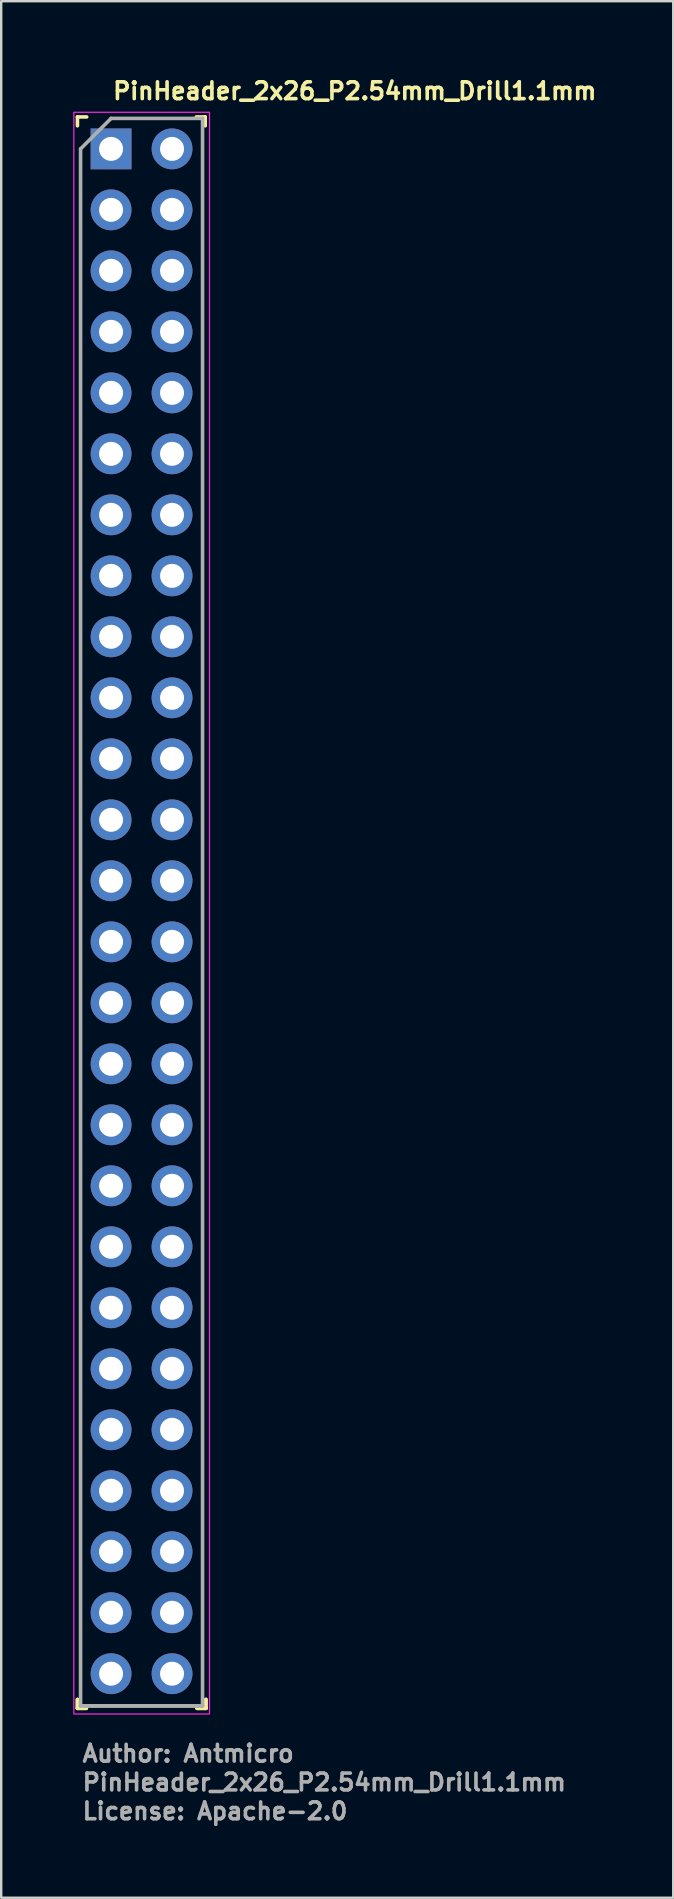
<source format=kicad_pcb>
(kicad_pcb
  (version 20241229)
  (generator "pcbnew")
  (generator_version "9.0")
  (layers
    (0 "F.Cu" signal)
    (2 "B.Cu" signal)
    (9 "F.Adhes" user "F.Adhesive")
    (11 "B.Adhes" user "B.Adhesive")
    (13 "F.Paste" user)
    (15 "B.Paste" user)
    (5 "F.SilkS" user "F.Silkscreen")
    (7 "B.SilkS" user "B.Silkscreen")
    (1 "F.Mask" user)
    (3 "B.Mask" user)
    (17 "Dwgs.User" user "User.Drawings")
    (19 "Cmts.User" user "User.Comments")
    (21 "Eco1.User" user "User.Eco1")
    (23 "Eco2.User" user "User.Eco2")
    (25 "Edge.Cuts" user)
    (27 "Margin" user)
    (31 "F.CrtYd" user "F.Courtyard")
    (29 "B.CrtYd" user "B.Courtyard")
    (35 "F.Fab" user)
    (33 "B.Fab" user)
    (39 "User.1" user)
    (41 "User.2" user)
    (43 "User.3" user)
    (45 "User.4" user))
  (footprint "PinHeader_2x26_P2.54mm_Drill1.1mm"
    (layer "F.Cu")
    (at 1.575 3.15)
    (property "Reference" "PinHeader_2x26_P2.54mm_Drill1.1mm" (at 0 -2 0) (layer "F.SilkS") (effects (font (size 0.7 0.7) (thickness 0.15)) (justify left bottom)))
    (attr through_hole)
    (fp_line (start -1.4 -1.331) (end -1.4 -0.961) (stroke (width 0.15) (type solid)) (layer "F.SilkS"))
    (fp_line (start -1.4 64.569) (end -1.4 64.939) (stroke (width 0.15) (type solid)) (layer "F.SilkS"))
    (fp_line (start -1.4 64.569) (end -1.4 64.939) (stroke (width 0.15) (type solid)) (layer "F.SilkS"))
    (fp_line (start -1.4 64.939) (end -1.03 64.939) (stroke (width 0.15) (type solid)) (layer "F.SilkS"))
    (fp_line (start -1.4 64.939) (end -1.03 64.939) (stroke (width 0.15) (type solid)) (layer "F.SilkS"))
    (fp_line (start -1.015 -1.331) (end -1.4 -1.331) (stroke (width 0.15) (type solid)) (layer "F.SilkS"))
    (fp_line (start 3.58 64.939) (end 3.95 64.939) (stroke (width 0.15) (type solid)) (layer "F.SilkS"))
    (fp_line (start 3.58 64.939) (end 3.95 64.939) (stroke (width 0.15) (type solid)) (layer "F.SilkS"))
    (fp_line (start 3.92 -1.331) (end 3.55 -1.331) (stroke (width 0.15) (type solid)) (layer "F.SilkS"))
    (fp_line (start 3.92 -0.961) (end 3.92 -1.331) (stroke (width 0.15) (type solid)) (layer "F.SilkS"))
    (fp_line (start 3.95 64.939) (end 3.95 64.569) (stroke (width 0.15) (type solid)) (layer "F.SilkS"))
    (fp_line (start 3.95 64.939) (end 3.95 64.569) (stroke (width 0.15) (type solid)) (layer "F.SilkS"))
    (fp_rect (start 4.1 -1.525) (end -1.55 65.175) (stroke (width 0.05) (type solid)) (fill no) (layer "F.CrtYd"))
    (fp_line (start -1.27 0) (end 0 -1.27) (stroke (width 0.15) (type solid)) (layer "F.Fab"))
    (fp_line (start -1.27 64.839) (end -1.27 0) (stroke (width 0.15) (type solid)) (layer "F.Fab"))
    (fp_line (start 0 -1.27) (end 3.809 -1.27) (stroke (width 0.15) (type solid)) (layer "F.Fab"))
    (fp_line (start 3.809 -1.27) (end 3.809 64.839) (stroke (width 0.15) (type solid)) (layer "F.Fab"))
    (fp_line (start 3.809 64.839) (end -1.27 64.839) (stroke (width 0.15) (type solid)) (layer "F.Fab"))
    (fp_line (start 3.809 64.839) (end -1.27 64.839) (stroke (width 0.15) (type solid)) (layer "F.Fab"))
    (fp_rect (start 3.81 -1.294) (end -1.269 -1.269) (stroke (width 0.1) (type solid)) (fill no) (layer "User.5"))
    (fp_line (start -1.269 -1.269) (end -1.269 1.047) (stroke (width 0.02) (type solid)) (layer "User.9"))
    (fp_line (start -1.269 -1.269) (end 3.81 -1.269) (stroke (width 0.02) (type solid)) (layer "User.9"))
    (fp_line (start -1.269 1.047) (end -1.044 1.27) (stroke (width 0.02) (type solid)) (layer "User.9"))
    (fp_line (start -1.269 1.047) (end 3.81 1.047) (stroke (width 0.02) (type solid)) (layer "User.9"))
    (fp_line (start -1.269 1.496) (end -1.269 3.586) (stroke (width 0.02) (type solid)) (layer "User.9"))
    (fp_line (start -1.269 1.496) (end -1.044 1.27) (stroke (width 0.02) (type solid)) (layer "User.9"))
    (fp_line (start -1.269 1.496) (end 3.81 1.496) (stroke (width 0.02) (type solid)) (layer "User.9"))
    (fp_line (start -1.269 3.586) (end -1.044 3.81) (stroke (width 0.02) (type solid)) (layer "User.9"))
    (fp_line (start -1.269 3.586) (end 3.81 3.586) (stroke (width 0.02) (type solid)) (layer "User.9"))
    (fp_line (start -1.269 4.036) (end -1.269 6.127) (stroke (width 0.02) (type solid)) (layer "User.9"))
    (fp_line (start -1.269 4.036) (end -1.044 3.81) (stroke (width 0.02) (type solid)) (layer "User.9"))
    (fp_line (start -1.269 4.036) (end 3.81 4.036) (stroke (width 0.02) (type solid)) (layer "User.9"))
    (fp_line (start -1.269 6.127) (end -1.044 6.351) (stroke (width 0.02) (type solid)) (layer "User.9"))
    (fp_line (start -1.269 6.127) (end 3.81 6.127) (stroke (width 0.02) (type solid)) (layer "User.9"))
    (fp_line (start -1.269 6.576) (end -1.269 8.667) (stroke (width 0.02) (type solid)) (layer "User.9"))
    (fp_line (start -1.269 6.576) (end -1.044 6.351) (stroke (width 0.02) (type solid)) (layer "User.9"))
    (fp_line (start -1.269 6.576) (end 3.81 6.576) (stroke (width 0.02) (type solid)) (layer "User.9"))
    (fp_line (start -1.269 8.667) (end -1.044 8.891) (stroke (width 0.02) (type solid)) (layer "User.9"))
    (fp_line (start -1.269 8.667) (end 3.81 8.667) (stroke (width 0.02) (type solid)) (layer "User.9"))
    (fp_line (start -1.269 9.116) (end -1.269 11.206) (stroke (width 0.02) (type solid)) (layer "User.9"))
    (fp_line (start -1.269 9.116) (end -1.044 8.891) (stroke (width 0.02) (type solid)) (layer "User.9"))
    (fp_line (start -1.269 9.116) (end 3.81 9.116) (stroke (width 0.02) (type solid)) (layer "User.9"))
    (fp_line (start -1.269 11.206) (end -1.044 11.43) (stroke (width 0.02) (type solid)) (layer "User.9"))
    (fp_line (start -1.269 11.206) (end 3.81 11.206) (stroke (width 0.02) (type solid)) (layer "User.9"))
    (fp_line (start -1.269 11.655) (end -1.269 13.747) (stroke (width 0.02) (type solid)) (layer "User.9"))
    (fp_line (start -1.269 11.655) (end -1.044 11.43) (stroke (width 0.02) (type solid)) (layer "User.9"))
    (fp_line (start -1.269 11.655) (end 3.81 11.655) (stroke (width 0.02) (type solid)) (layer "User.9"))
    (fp_line (start -1.269 13.747) (end -1.044 13.971) (stroke (width 0.02) (type solid)) (layer "User.9"))
    (fp_line (start -1.269 13.747) (end 3.81 13.747) (stroke (width 0.02) (type solid)) (layer "User.9"))
    (fp_line (start -1.269 14.195) (end -1.269 16.287) (stroke (width 0.02) (type solid)) (layer "User.9"))
    (fp_line (start -1.269 14.195) (end -1.044 13.971) (stroke (width 0.02) (type solid)) (layer "User.9"))
    (fp_line (start -1.269 14.195) (end 3.81 14.195) (stroke (width 0.02) (type solid)) (layer "User.9"))
    (fp_line (start -1.269 16.287) (end -1.044 16.511) (stroke (width 0.02) (type solid)) (layer "User.9"))
    (fp_line (start -1.269 16.287) (end 3.81 16.287) (stroke (width 0.02) (type solid)) (layer "User.9"))
    (fp_line (start -1.269 16.735) (end -1.269 18.827) (stroke (width 0.02) (type solid)) (layer "User.9"))
    (fp_line (start -1.269 16.735) (end -1.044 16.511) (stroke (width 0.02) (type solid)) (layer "User.9"))
    (fp_line (start -1.269 16.735) (end 3.81 16.735) (stroke (width 0.02) (type solid)) (layer "User.9"))
    (fp_line (start -1.269 18.827) (end -1.044 19.051) (stroke (width 0.02) (type solid)) (layer "User.9"))
    (fp_line (start -1.269 18.827) (end 3.81 18.827) (stroke (width 0.02) (type solid)) (layer "User.9"))
    (fp_line (start -1.269 19.276) (end -1.269 21.366) (stroke (width 0.02) (type solid)) (layer "User.9"))
    (fp_line (start -1.269 19.276) (end -1.044 19.051) (stroke (width 0.02) (type solid)) (layer "User.9"))
    (fp_line (start -1.269 19.276) (end 3.81 19.276) (stroke (width 0.02) (type solid)) (layer "User.9"))
    (fp_line (start -1.269 21.366) (end -1.044 21.59) (stroke (width 0.02) (type solid)) (layer "User.9"))
    (fp_line (start -1.269 21.366) (end 3.81 21.366) (stroke (width 0.02) (type solid)) (layer "User.9"))
    (fp_line (start -1.269 21.816) (end -1.269 23.906) (stroke (width 0.02) (type solid)) (layer "User.9"))
    (fp_line (start -1.269 21.816) (end -1.044 21.59) (stroke (width 0.02) (type solid)) (layer "User.9"))
    (fp_line (start -1.269 21.816) (end 3.81 21.816) (stroke (width 0.02) (type solid)) (layer "User.9"))
    (fp_line (start -1.269 23.906) (end -1.044 24.13) (stroke (width 0.02) (type solid)) (layer "User.9"))
    (fp_line (start -1.269 23.906) (end 3.81 23.906) (stroke (width 0.02) (type solid)) (layer "User.9"))
    (fp_line (start -1.269 24.355) (end -1.269 26.447) (stroke (width 0.02) (type solid)) (layer "User.9"))
    (fp_line (start -1.269 24.355) (end -1.044 24.13) (stroke (width 0.02) (type solid)) (layer "User.9"))
    (fp_line (start -1.269 24.355) (end 3.81 24.355) (stroke (width 0.02) (type solid)) (layer "User.9"))
    (fp_line (start -1.269 26.447) (end -1.044 26.671) (stroke (width 0.02) (type solid)) (layer "User.9"))
    (fp_line (start -1.269 26.447) (end 3.81 26.447) (stroke (width 0.02) (type solid)) (layer "User.9"))
    (fp_line (start -1.269 26.895) (end -1.269 28.987) (stroke (width 0.02) (type solid)) (layer "User.9"))
    (fp_line (start -1.269 26.895) (end -1.044 26.671) (stroke (width 0.02) (type solid)) (layer "User.9"))
    (fp_line (start -1.269 26.895) (end 3.81 26.895) (stroke (width 0.02) (type solid)) (layer "User.9"))
    (fp_line (start -1.269 28.987) (end -1.044 29.211) (stroke (width 0.02) (type solid)) (layer "User.9"))
    (fp_line (start -1.269 28.987) (end 3.81 28.987) (stroke (width 0.02) (type solid)) (layer "User.9"))
    (fp_line (start -1.269 29.436) (end -1.269 31.526) (stroke (width 0.02) (type solid)) (layer "User.9"))
    (fp_line (start -1.269 29.436) (end -1.044 29.211) (stroke (width 0.02) (type solid)) (layer "User.9"))
    (fp_line (start -1.269 29.436) (end 3.81 29.436) (stroke (width 0.02) (type solid)) (layer "User.9"))
    (fp_line (start -1.269 31.526) (end -1.044 31.75) (stroke (width 0.02) (type solid)) (layer "User.9"))
    (fp_line (start -1.269 31.526) (end 3.81 31.526) (stroke (width 0.02) (type solid)) (layer "User.9"))
    (fp_line (start -1.269 31.976) (end -1.269 34.067) (stroke (width 0.02) (type solid)) (layer "User.9"))
    (fp_line (start -1.269 31.976) (end -1.044 31.75) (stroke (width 0.02) (type solid)) (layer "User.9"))
    (fp_line (start -1.269 31.976) (end 3.81 31.976) (stroke (width 0.02) (type solid)) (layer "User.9"))
    (fp_line (start -1.269 34.067) (end -1.044 34.292) (stroke (width 0.02) (type solid)) (layer "User.9"))
    (fp_line (start -1.269 34.067) (end 3.81 34.067) (stroke (width 0.02) (type solid)) (layer "User.9"))
    (fp_line (start -1.269 34.515) (end -1.269 36.607) (stroke (width 0.02) (type solid)) (layer "User.9"))
    (fp_line (start -1.269 34.515) (end -1.044 34.292) (stroke (width 0.02) (type solid)) (layer "User.9"))
    (fp_line (start -1.269 34.515) (end 3.81 34.515) (stroke (width 0.02) (type solid)) (layer "User.9"))
    (fp_line (start -1.269 36.607) (end -1.044 36.832) (stroke (width 0.02) (type solid)) (layer "User.9"))
    (fp_line (start -1.269 36.607) (end 3.81 36.607) (stroke (width 0.02) (type solid)) (layer "User.9"))
    (fp_line (start -1.269 37.055) (end -1.269 39.146) (stroke (width 0.02) (type solid)) (layer "User.9"))
    (fp_line (start -1.269 37.055) (end -1.044 36.832) (stroke (width 0.02) (type solid)) (layer "User.9"))
    (fp_line (start -1.269 37.055) (end 3.81 37.055) (stroke (width 0.02) (type solid)) (layer "User.9"))
    (fp_line (start -1.269 39.146) (end -1.044 39.37) (stroke (width 0.02) (type solid)) (layer "User.9"))
    (fp_line (start -1.269 39.146) (end 3.81 39.146) (stroke (width 0.02) (type solid)) (layer "User.9"))
    (fp_line (start -1.269 39.595) (end -1.269 41.686) (stroke (width 0.02) (type solid)) (layer "User.9"))
    (fp_line (start -1.269 39.595) (end -1.044 39.37) (stroke (width 0.02) (type solid)) (layer "User.9"))
    (fp_line (start -1.269 39.595) (end 3.81 39.595) (stroke (width 0.02) (type solid)) (layer "User.9"))
    (fp_line (start -1.269 41.686) (end -1.044 41.911) (stroke (width 0.02) (type solid)) (layer "User.9"))
    (fp_line (start -1.269 41.686) (end 3.81 41.686) (stroke (width 0.02) (type solid)) (layer "User.9"))
    (fp_line (start -1.269 42.135) (end -1.269 44.226) (stroke (width 0.02) (type solid)) (layer "User.9"))
    (fp_line (start -1.269 42.135) (end -1.044 41.911) (stroke (width 0.02) (type solid)) (layer "User.9"))
    (fp_line (start -1.269 42.135) (end 3.81 42.135) (stroke (width 0.02) (type solid)) (layer "User.9"))
    (fp_line (start -1.269 44.226) (end -1.044 44.451) (stroke (width 0.02) (type solid)) (layer "User.9"))
    (fp_line (start -1.269 44.226) (end 3.81 44.226) (stroke (width 0.02) (type solid)) (layer "User.9"))
    (fp_line (start -1.269 44.676) (end -1.269 46.766) (stroke (width 0.02) (type solid)) (layer "User.9"))
    (fp_line (start -1.269 44.676) (end -1.044 44.451) (stroke (width 0.02) (type solid)) (layer "User.9"))
    (fp_line (start -1.269 44.676) (end 3.81 44.676) (stroke (width 0.02) (type solid)) (layer "User.9"))
    (fp_line (start -1.269 46.766) (end -1.044 46.991) (stroke (width 0.02) (type solid)) (layer "User.9"))
    (fp_line (start -1.269 46.766) (end 3.81 46.766) (stroke (width 0.02) (type solid)) (layer "User.9"))
    (fp_line (start -1.269 47.216) (end -1.269 64.77) (stroke (width 0.02) (type solid)) (layer "User.9"))
    (fp_line (start -1.269 47.216) (end -1.044 46.991) (stroke (width 0.02) (type solid)) (layer "User.9"))
    (fp_line (start -1.269 47.216) (end 3.81 47.216) (stroke (width 0.02) (type solid)) (layer "User.9"))
    (fp_line (start -1.269 49.306) (end -1.044 49.531) (stroke (width 0.02) (type solid)) (layer "User.9"))
    (fp_line (start -1.269 49.306) (end 3.81 49.306) (stroke (width 0.02) (type solid)) (layer "User.9"))
    (fp_line (start -1.269 49.531) (end 3.81 49.531) (stroke (width 0.02) (type solid)) (layer "User.9"))
    (fp_line (start -1.269 49.754) (end -1.269 51.846) (stroke (width 0.02) (type solid)) (layer "User.9"))
    (fp_line (start -1.269 49.754) (end -1.044 49.531) (stroke (width 0.02) (type solid)) (layer "User.9"))
    (fp_line (start -1.269 49.754) (end 3.81 49.754) (stroke (width 0.02) (type solid)) (layer "User.9"))
    (fp_line (start -1.269 51.846) (end -1.044 52.071) (stroke (width 0.02) (type solid)) (layer "User.9"))
    (fp_line (start -1.269 51.846) (end 3.81 51.846) (stroke (width 0.02) (type solid)) (layer "User.9"))
    (fp_line (start -1.269 52.294) (end -1.269 54.385) (stroke (width 0.02) (type solid)) (layer "User.9"))
    (fp_line (start -1.269 52.294) (end -1.044 52.071) (stroke (width 0.02) (type solid)) (layer "User.9"))
    (fp_line (start -1.269 52.294) (end 3.81 52.294) (stroke (width 0.02) (type solid)) (layer "User.9"))
    (fp_line (start -1.269 54.385) (end -1.044 54.609) (stroke (width 0.02) (type solid)) (layer "User.9"))
    (fp_line (start -1.269 54.385) (end 3.81 54.385) (stroke (width 0.02) (type solid)) (layer "User.9"))
    (fp_line (start -1.269 54.834) (end -1.269 56.925) (stroke (width 0.02) (type solid)) (layer "User.9"))
    (fp_line (start -1.269 54.834) (end -1.044 54.609) (stroke (width 0.02) (type solid)) (layer "User.9"))
    (fp_line (start -1.269 54.834) (end 3.81 54.834) (stroke (width 0.02) (type solid)) (layer "User.9"))
    (fp_line (start -1.269 56.925) (end -1.044 57.15) (stroke (width 0.02) (type solid)) (layer "User.9"))
    (fp_line (start -1.269 56.925) (end 3.81 56.925) (stroke (width 0.02) (type solid)) (layer "User.9"))
    (fp_line (start -1.269 57.374) (end -1.269 59.465) (stroke (width 0.02) (type solid)) (layer "User.9"))
    (fp_line (start -1.269 57.374) (end -1.044 57.15) (stroke (width 0.02) (type solid)) (layer "User.9"))
    (fp_line (start -1.269 57.374) (end 3.81 57.374) (stroke (width 0.02) (type solid)) (layer "User.9"))
    (fp_line (start -1.269 59.465) (end -1.044 59.69) (stroke (width 0.02) (type solid)) (layer "User.9"))
    (fp_line (start -1.269 59.465) (end 3.81 59.465) (stroke (width 0.02) (type solid)) (layer "User.9"))
    (fp_line (start -1.269 59.915) (end -1.269 62.005) (stroke (width 0.02) (type solid)) (layer "User.9"))
    (fp_line (start -1.269 59.915) (end -1.044 59.69) (stroke (width 0.02) (type solid)) (layer "User.9"))
    (fp_line (start -1.269 59.915) (end 3.81 59.915) (stroke (width 0.02) (type solid)) (layer "User.9"))
    (fp_line (start -1.269 62.005) (end -1.044 62.23) (stroke (width 0.02) (type solid)) (layer "User.9"))
    (fp_line (start -1.269 62.005) (end 3.81 62.005) (stroke (width 0.02) (type solid)) (layer "User.9"))
    (fp_line (start -1.269 62.455) (end -1.269 64.77) (stroke (width 0.02) (type solid)) (layer "User.9"))
    (fp_line (start -1.269 62.455) (end -1.044 62.23) (stroke (width 0.02) (type solid)) (layer "User.9"))
    (fp_line (start -1.269 62.455) (end 3.81 62.455) (stroke (width 0.02) (type solid)) (layer "User.9"))
    (fp_line (start -1.269 64.77) (end 3.81 64.77) (stroke (width 0.02) (type solid)) (layer "User.9"))
    (fp_line (start -1.044 1.27) (end 3.586 1.27) (stroke (width 0.02) (type solid)) (layer "User.9"))
    (fp_line (start -1.044 3.81) (end 3.586 3.81) (stroke (width 0.02) (type solid)) (layer "User.9"))
    (fp_line (start -1.044 6.351) (end 3.586 6.351) (stroke (width 0.02) (type solid)) (layer "User.9"))
    (fp_line (start -1.044 8.891) (end 3.586 8.891) (stroke (width 0.02) (type solid)) (layer "User.9"))
    (fp_line (start -1.044 11.43) (end 3.586 11.43) (stroke (width 0.02) (type solid)) (layer "User.9"))
    (fp_line (start -1.044 13.971) (end 3.586 13.971) (stroke (width 0.02) (type solid)) (layer "User.9"))
    (fp_line (start -1.044 16.511) (end 3.586 16.511) (stroke (width 0.02) (type solid)) (layer "User.9"))
    (fp_line (start -1.044 19.051) (end 3.586 19.051) (stroke (width 0.02) (type solid)) (layer "User.9"))
    (fp_line (start -1.044 21.59) (end 3.586 21.59) (stroke (width 0.02) (type solid)) (layer "User.9"))
    (fp_line (start -1.044 24.13) (end 3.586 24.13) (stroke (width 0.02) (type solid)) (layer "User.9"))
    (fp_line (start -1.044 26.671) (end 3.586 26.671) (stroke (width 0.02) (type solid)) (layer "User.9"))
    (fp_line (start -1.044 29.211) (end 3.586 29.211) (stroke (width 0.02) (type solid)) (layer "User.9"))
    (fp_line (start -1.044 31.75) (end 3.586 31.75) (stroke (width 0.02) (type solid)) (layer "User.9"))
    (fp_line (start -1.044 34.292) (end 3.586 34.292) (stroke (width 0.02) (type solid)) (layer "User.9"))
    (fp_line (start -1.044 36.832) (end 3.586 36.832) (stroke (width 0.02) (type solid)) (layer "User.9"))
    (fp_line (start -1.044 39.37) (end 3.586 39.37) (stroke (width 0.02) (type solid)) (layer "User.9"))
    (fp_line (start -1.044 41.911) (end 3.586 41.911) (stroke (width 0.02) (type solid)) (layer "User.9"))
    (fp_line (start -1.044 44.451) (end 3.586 44.451) (stroke (width 0.02) (type solid)) (layer "User.9"))
    (fp_line (start -1.044 46.991) (end 3.586 46.991) (stroke (width 0.02) (type solid)) (layer "User.9"))
    (fp_line (start -1.044 49.531) (end 3.586 49.531) (stroke (width 0.02) (type solid)) (layer "User.9"))
    (fp_line (start -1.044 52.071) (end 3.586 52.071) (stroke (width 0.02) (type solid)) (layer "User.9"))
    (fp_line (start -1.044 54.609) (end 3.586 54.609) (stroke (width 0.02) (type solid)) (layer "User.9"))
    (fp_line (start -1.044 57.15) (end 3.586 57.15) (stroke (width 0.02) (type solid)) (layer "User.9"))
    (fp_line (start -1.044 59.69) (end 3.586 59.69) (stroke (width 0.02) (type solid)) (layer "User.9"))
    (fp_line (start -1.044 62.23) (end 3.586 62.23) (stroke (width 0.02) (type solid)) (layer "User.9"))
    (fp_line (start -0.32 -0.32) (end -0.32 0.32) (stroke (width 0.02) (type solid)) (layer "User.9"))
    (fp_line (start -0.32 -0.32) (end -0.064 -0.064) (stroke (width 0.02) (type solid)) (layer "User.9"))
    (fp_line (start -0.32 -0.32) (end 0.32 -0.32) (stroke (width 0.02) (type solid)) (layer "User.9"))
    (fp_line (start -0.32 0.32) (end -0.064 0.064) (stroke (width 0.02) (type solid)) (layer "User.9"))
    (fp_line (start -0.32 0.32) (end 0.32 0.32) (stroke (width 0.02) (type solid)) (layer "User.9"))
    (fp_line (start -0.32 2.222) (end -0.32 2.86) (stroke (width 0.02) (type solid)) (layer "User.9"))
    (fp_line (start -0.32 2.222) (end -0.064 2.476) (stroke (width 0.02) (type solid)) (layer "User.9"))
    (fp_line (start -0.32 2.222) (end 0.32 2.222) (stroke (width 0.02) (type solid)) (layer "User.9"))
    (fp_line (start -0.32 2.86) (end -0.064 2.605) (stroke (width 0.02) (type solid)) (layer "User.9"))
    (fp_line (start -0.32 2.86) (end 0.32 2.86) (stroke (width 0.02) (type solid)) (layer "User.9"))
    (fp_line (start -0.32 4.76) (end -0.32 5.401) (stroke (width 0.02) (type solid)) (layer "User.9"))
    (fp_line (start -0.32 4.76) (end -0.064 5.016) (stroke (width 0.02) (type solid)) (layer "User.9"))
    (fp_line (start -0.32 4.76) (end 0.32 4.76) (stroke (width 0.02) (type solid)) (layer "User.9"))
    (fp_line (start -0.32 5.401) (end -0.064 5.146) (stroke (width 0.02) (type solid)) (layer "User.9"))
    (fp_line (start -0.32 5.401) (end 0.32 5.401) (stroke (width 0.02) (type solid)) (layer "User.9"))
    (fp_line (start -0.32 7.3) (end -0.32 7.941) (stroke (width 0.02) (type solid)) (layer "User.9"))
    (fp_line (start -0.32 7.3) (end -0.064 7.556) (stroke (width 0.02) (type solid)) (layer "User.9"))
    (fp_line (start -0.32 7.3) (end 0.32 7.3) (stroke (width 0.02) (type solid)) (layer "User.9"))
    (fp_line (start -0.32 7.941) (end -0.064 7.686) (stroke (width 0.02) (type solid)) (layer "User.9"))
    (fp_line (start -0.32 7.941) (end 0.32 7.941) (stroke (width 0.02) (type solid)) (layer "User.9"))
    (fp_line (start -0.32 9.84) (end -0.32 10.481) (stroke (width 0.02) (type solid)) (layer "User.9"))
    (fp_line (start -0.32 9.84) (end -0.064 10.096) (stroke (width 0.02) (type solid)) (layer "User.9"))
    (fp_line (start -0.32 9.84) (end 0.32 9.84) (stroke (width 0.02) (type solid)) (layer "User.9"))
    (fp_line (start -0.32 10.481) (end -0.064 10.224) (stroke (width 0.02) (type solid)) (layer "User.9"))
    (fp_line (start -0.32 10.481) (end 0.32 10.481) (stroke (width 0.02) (type solid)) (layer "User.9"))
    (fp_line (start -0.32 12.381) (end -0.32 13.02) (stroke (width 0.02) (type solid)) (layer "User.9"))
    (fp_line (start -0.32 12.381) (end -0.064 12.637) (stroke (width 0.02) (type solid)) (layer "User.9"))
    (fp_line (start -0.32 12.381) (end 0.32 12.381) (stroke (width 0.02) (type solid)) (layer "User.9"))
    (fp_line (start -0.32 13.02) (end -0.064 12.765) (stroke (width 0.02) (type solid)) (layer "User.9"))
    (fp_line (start -0.32 13.02) (end 0.32 13.02) (stroke (width 0.02) (type solid)) (layer "User.9"))
    (fp_line (start -0.32 14.92) (end -0.32 15.561) (stroke (width 0.02) (type solid)) (layer "User.9"))
    (fp_line (start -0.32 14.92) (end -0.064 15.176) (stroke (width 0.02) (type solid)) (layer "User.9"))
    (fp_line (start -0.32 14.92) (end 0.32 14.92) (stroke (width 0.02) (type solid)) (layer "User.9"))
    (fp_line (start -0.32 15.561) (end -0.064 15.304) (stroke (width 0.02) (type solid)) (layer "User.9"))
    (fp_line (start -0.32 15.561) (end 0.32 15.561) (stroke (width 0.02) (type solid)) (layer "User.9"))
    (fp_line (start -0.32 17.461) (end -0.32 18.101) (stroke (width 0.02) (type solid)) (layer "User.9"))
    (fp_line (start -0.32 17.461) (end -0.064 17.717) (stroke (width 0.02) (type solid)) (layer "User.9"))
    (fp_line (start -0.32 17.461) (end 0.32 17.461) (stroke (width 0.02) (type solid)) (layer "User.9"))
    (fp_line (start -0.32 18.101) (end -0.064 17.845) (stroke (width 0.02) (type solid)) (layer "User.9"))
    (fp_line (start -0.32 18.101) (end 0.32 18.101) (stroke (width 0.02) (type solid)) (layer "User.9"))
    (fp_line (start -0.32 20) (end -0.32 20.641) (stroke (width 0.02) (type solid)) (layer "User.9"))
    (fp_line (start -0.32 20) (end -0.064 20.258) (stroke (width 0.02) (type solid)) (layer "User.9"))
    (fp_line (start -0.32 20) (end 0.32 20) (stroke (width 0.02) (type solid)) (layer "User.9"))
    (fp_line (start -0.32 20.641) (end -0.064 20.386) (stroke (width 0.02) (type solid)) (layer "User.9"))
    (fp_line (start -0.32 20.641) (end 0.32 20.641) (stroke (width 0.02) (type solid)) (layer "User.9"))
    (fp_line (start -0.32 22.541) (end -0.32 23.18) (stroke (width 0.02) (type solid)) (layer "User.9"))
    (fp_line (start -0.32 22.541) (end -0.064 22.796) (stroke (width 0.02) (type solid)) (layer "User.9"))
    (fp_line (start -0.32 22.541) (end 0.32 22.541) (stroke (width 0.02) (type solid)) (layer "User.9"))
    (fp_line (start -0.32 23.18) (end -0.064 22.924) (stroke (width 0.02) (type solid)) (layer "User.9"))
    (fp_line (start -0.32 23.18) (end 0.32 23.18) (stroke (width 0.02) (type solid)) (layer "User.9"))
    (fp_line (start -0.32 25.081) (end -0.32 25.72) (stroke (width 0.02) (type solid)) (layer "User.9"))
    (fp_line (start -0.32 25.081) (end -0.064 25.337) (stroke (width 0.02) (type solid)) (layer "User.9"))
    (fp_line (start -0.32 25.081) (end 0.32 25.081) (stroke (width 0.02) (type solid)) (layer "User.9"))
    (fp_line (start -0.32 25.72) (end -0.064 25.465) (stroke (width 0.02) (type solid)) (layer "User.9"))
    (fp_line (start -0.32 25.72) (end 0.32 25.72) (stroke (width 0.02) (type solid)) (layer "User.9"))
    (fp_line (start -0.32 27.622) (end -0.32 28.261) (stroke (width 0.02) (type solid)) (layer "User.9"))
    (fp_line (start -0.32 27.622) (end -0.064 27.877) (stroke (width 0.02) (type solid)) (layer "User.9"))
    (fp_line (start -0.32 27.622) (end 0.32 27.622) (stroke (width 0.02) (type solid)) (layer "User.9"))
    (fp_line (start -0.32 28.261) (end -0.064 28.005) (stroke (width 0.02) (type solid)) (layer "User.9"))
    (fp_line (start -0.32 28.261) (end 0.32 28.261) (stroke (width 0.02) (type solid)) (layer "User.9"))
    (fp_line (start -0.32 30.16) (end -0.32 30.801) (stroke (width 0.02) (type solid)) (layer "User.9"))
    (fp_line (start -0.32 30.16) (end -0.064 30.416) (stroke (width 0.02) (type solid)) (layer "User.9"))
    (fp_line (start -0.32 30.16) (end 0.32 30.16) (stroke (width 0.02) (type solid)) (layer "User.9"))
    (fp_line (start -0.32 30.801) (end -0.064 30.546) (stroke (width 0.02) (type solid)) (layer "User.9"))
    (fp_line (start -0.32 30.801) (end 0.32 30.801) (stroke (width 0.02) (type solid)) (layer "User.9"))
    (fp_line (start -0.32 32.701) (end -0.32 33.342) (stroke (width 0.02) (type solid)) (layer "User.9"))
    (fp_line (start -0.32 32.701) (end -0.064 32.958) (stroke (width 0.02) (type solid)) (layer "User.9"))
    (fp_line (start -0.32 32.701) (end 0.32 32.701) (stroke (width 0.02) (type solid)) (layer "User.9"))
    (fp_line (start -0.32 33.342) (end -0.064 33.086) (stroke (width 0.02) (type solid)) (layer "User.9"))
    (fp_line (start -0.32 33.342) (end 0.32 33.342) (stroke (width 0.02) (type solid)) (layer "User.9"))
    (fp_line (start -0.32 35.241) (end -0.32 35.881) (stroke (width 0.02) (type solid)) (layer "User.9"))
    (fp_line (start -0.32 35.241) (end -0.064 35.497) (stroke (width 0.02) (type solid)) (layer "User.9"))
    (fp_line (start -0.32 35.241) (end 0.32 35.241) (stroke (width 0.02) (type solid)) (layer "User.9"))
    (fp_line (start -0.32 35.881) (end -0.064 35.625) (stroke (width 0.02) (type solid)) (layer "User.9"))
    (fp_line (start -0.32 35.881) (end 0.32 35.881) (stroke (width 0.02) (type solid)) (layer "User.9"))
    (fp_line (start -0.32 37.781) (end -0.32 38.421) (stroke (width 0.02) (type solid)) (layer "User.9"))
    (fp_line (start -0.32 37.781) (end -0.064 38.037) (stroke (width 0.02) (type solid)) (layer "User.9"))
    (fp_line (start -0.32 37.781) (end 0.32 37.781) (stroke (width 0.02) (type solid)) (layer "User.9"))
    (fp_line (start -0.32 38.421) (end -0.064 38.165) (stroke (width 0.02) (type solid)) (layer "User.9"))
    (fp_line (start -0.32 38.421) (end 0.32 38.421) (stroke (width 0.02) (type solid)) (layer "User.9"))
    (fp_line (start -0.32 40.32) (end -0.32 40.96) (stroke (width 0.02) (type solid)) (layer "User.9"))
    (fp_line (start -0.32 40.32) (end -0.064 40.576) (stroke (width 0.02) (type solid)) (layer "User.9"))
    (fp_line (start -0.32 40.32) (end 0.32 40.32) (stroke (width 0.02) (type solid)) (layer "User.9"))
    (fp_line (start -0.32 40.96) (end -0.064 40.704) (stroke (width 0.02) (type solid)) (layer "User.9"))
    (fp_line (start -0.32 40.96) (end 0.32 40.96) (stroke (width 0.02) (type solid)) (layer "User.9"))
    (fp_line (start -0.32 42.862) (end -0.32 43.5) (stroke (width 0.02) (type solid)) (layer "User.9"))
    (fp_line (start -0.32 42.862) (end -0.064 43.118) (stroke (width 0.02) (type solid)) (layer "User.9"))
    (fp_line (start -0.32 42.862) (end 0.32 42.862) (stroke (width 0.02) (type solid)) (layer "User.9"))
    (fp_line (start -0.32 43.5) (end -0.064 43.244) (stroke (width 0.02) (type solid)) (layer "User.9"))
    (fp_line (start -0.32 43.5) (end 0.32 43.5) (stroke (width 0.02) (type solid)) (layer "User.9"))
    (fp_line (start -0.32 45.402) (end -0.32 46.042) (stroke (width 0.02) (type solid)) (layer "User.9"))
    (fp_line (start -0.32 45.402) (end -0.064 45.656) (stroke (width 0.02) (type solid)) (layer "User.9"))
    (fp_line (start -0.32 45.402) (end 0.32 45.402) (stroke (width 0.02) (type solid)) (layer "User.9"))
    (fp_line (start -0.32 46.042) (end -0.064 45.784) (stroke (width 0.02) (type solid)) (layer "User.9"))
    (fp_line (start -0.32 46.042) (end 0.32 46.042) (stroke (width 0.02) (type solid)) (layer "User.9"))
    (fp_line (start -0.32 47.94) (end -0.32 48.582) (stroke (width 0.02) (type solid)) (layer "User.9"))
    (fp_line (start -0.32 47.94) (end -0.064 48.196) (stroke (width 0.02) (type solid)) (layer "User.9"))
    (fp_line (start -0.32 47.94) (end 0.32 47.94) (stroke (width 0.02) (type solid)) (layer "User.9"))
    (fp_line (start -0.32 48.582) (end -0.064 48.326) (stroke (width 0.02) (type solid)) (layer "User.9"))
    (fp_line (start -0.32 48.582) (end 0.32 48.582) (stroke (width 0.02) (type solid)) (layer "User.9"))
    (fp_line (start -0.32 50.48) (end -0.32 51.12) (stroke (width 0.02) (type solid)) (layer "User.9"))
    (fp_line (start -0.32 50.48) (end -0.064 50.736) (stroke (width 0.02) (type solid)) (layer "User.9"))
    (fp_line (start -0.32 50.48) (end 0.32 50.48) (stroke (width 0.02) (type solid)) (layer "User.9"))
    (fp_line (start -0.32 51.12) (end -0.064 50.864) (stroke (width 0.02) (type solid)) (layer "User.9"))
    (fp_line (start -0.32 51.12) (end 0.32 51.12) (stroke (width 0.02) (type solid)) (layer "User.9"))
    (fp_line (start -0.32 53.02) (end -0.32 53.66) (stroke (width 0.02) (type solid)) (layer "User.9"))
    (fp_line (start -0.32 53.02) (end -0.064 53.276) (stroke (width 0.02) (type solid)) (layer "User.9"))
    (fp_line (start -0.32 53.02) (end 0.32 53.02) (stroke (width 0.02) (type solid)) (layer "User.9"))
    (fp_line (start -0.32 53.66) (end -0.064 53.404) (stroke (width 0.02) (type solid)) (layer "User.9"))
    (fp_line (start -0.32 53.66) (end 0.32 53.66) (stroke (width 0.02) (type solid)) (layer "User.9"))
    (fp_line (start -0.32 55.559) (end -0.32 56.199) (stroke (width 0.02) (type solid)) (layer "User.9"))
    (fp_line (start -0.32 55.559) (end -0.064 55.815) (stroke (width 0.02) (type solid)) (layer "User.9"))
    (fp_line (start -0.32 55.559) (end 0.32 55.559) (stroke (width 0.02) (type solid)) (layer "User.9"))
    (fp_line (start -0.32 56.199) (end -0.064 55.943) (stroke (width 0.02) (type solid)) (layer "User.9"))
    (fp_line (start -0.32 56.199) (end 0.32 56.199) (stroke (width 0.02) (type solid)) (layer "User.9"))
    (fp_line (start -0.32 58.101) (end -0.32 58.739) (stroke (width 0.02) (type solid)) (layer "User.9"))
    (fp_line (start -0.32 58.101) (end -0.064 58.357) (stroke (width 0.02) (type solid)) (layer "User.9"))
    (fp_line (start -0.32 58.101) (end 0.32 58.101) (stroke (width 0.02) (type solid)) (layer "User.9"))
    (fp_line (start -0.32 58.739) (end -0.064 58.483) (stroke (width 0.02) (type solid)) (layer "User.9"))
    (fp_line (start -0.32 58.739) (end 0.32 58.739) (stroke (width 0.02) (type solid)) (layer "User.9"))
    (fp_line (start -0.32 60.641) (end -0.32 61.281) (stroke (width 0.02) (type solid)) (layer "User.9"))
    (fp_line (start -0.32 60.641) (end -0.064 60.895) (stroke (width 0.02) (type solid)) (layer "User.9"))
    (fp_line (start -0.32 60.641) (end 0.32 60.641) (stroke (width 0.02) (type solid)) (layer "User.9"))
    (fp_line (start -0.32 61.281) (end -0.064 61.023) (stroke (width 0.02) (type solid)) (layer "User.9"))
    (fp_line (start -0.32 61.281) (end 0.32 61.281) (stroke (width 0.02) (type solid)) (layer "User.9"))
    (fp_line (start -0.32 63.179) (end -0.32 63.821) (stroke (width 0.02) (type solid)) (layer "User.9"))
    (fp_line (start -0.32 63.179) (end -0.064 63.435) (stroke (width 0.02) (type solid)) (layer "User.9"))
    (fp_line (start -0.32 63.179) (end 0.32 63.179) (stroke (width 0.02) (type solid)) (layer "User.9"))
    (fp_line (start -0.32 63.821) (end -0.064 63.565) (stroke (width 0.02) (type solid)) (layer "User.9"))
    (fp_line (start -0.32 63.821) (end 0.32 63.821) (stroke (width 0.02) (type solid)) (layer "User.9"))
    (fp_line (start -0.064 -0.064) (end -0.064 0.064) (stroke (width 0.02) (type solid)) (layer "User.9"))
    (fp_line (start -0.064 -0.064) (end 0.064 -0.064) (stroke (width 0.02) (type solid)) (layer "User.9"))
    (fp_line (start -0.064 0.064) (end 0.064 0.064) (stroke (width 0.02) (type solid)) (layer "User.9"))
    (fp_line (start -0.064 2.476) (end -0.064 2.605) (stroke (width 0.02) (type solid)) (layer "User.9"))
    (fp_line (start -0.064 2.476) (end 0.064 2.476) (stroke (width 0.02) (type solid)) (layer "User.9"))
    (fp_line (start -0.064 2.605) (end 0.064 2.605) (stroke (width 0.02) (type solid)) (layer "User.9"))
    (fp_line (start -0.064 5.016) (end -0.064 5.146) (stroke (width 0.02) (type solid)) (layer "User.9"))
    (fp_line (start -0.064 5.016) (end 0.064 5.016) (stroke (width 0.02) (type solid)) (layer "User.9"))
    (fp_line (start -0.064 5.146) (end 0.064 5.146) (stroke (width 0.02) (type solid)) (layer "User.9"))
    (fp_line (start -0.064 7.556) (end -0.064 7.686) (stroke (width 0.02) (type solid)) (layer "User.9"))
    (fp_line (start -0.064 7.556) (end 0.064 7.556) (stroke (width 0.02) (type solid)) (layer "User.9"))
    (fp_line (start -0.064 7.686) (end 0.064 7.686) (stroke (width 0.02) (type solid)) (layer "User.9"))
    (fp_line (start -0.064 10.096) (end -0.064 10.224) (stroke (width 0.02) (type solid)) (layer "User.9"))
    (fp_line (start -0.064 10.096) (end 0.064 10.096) (stroke (width 0.02) (type solid)) (layer "User.9"))
    (fp_line (start -0.064 10.224) (end 0.064 10.224) (stroke (width 0.02) (type solid)) (layer "User.9"))
    (fp_line (start -0.064 12.637) (end -0.064 12.765) (stroke (width 0.02) (type solid)) (layer "User.9"))
    (fp_line (start -0.064 12.637) (end 0.064 12.637) (stroke (width 0.02) (type solid)) (layer "User.9"))
    (fp_line (start -0.064 12.765) (end 0.064 12.765) (stroke (width 0.02) (type solid)) (layer "User.9"))
    (fp_line (start -0.064 15.176) (end -0.064 15.304) (stroke (width 0.02) (type solid)) (layer "User.9"))
    (fp_line (start -0.064 15.176) (end 0.064 15.176) (stroke (width 0.02) (type solid)) (layer "User.9"))
    (fp_line (start -0.064 15.304) (end 0.064 15.304) (stroke (width 0.02) (type solid)) (layer "User.9"))
    (fp_line (start -0.064 17.717) (end -0.064 17.845) (stroke (width 0.02) (type solid)) (layer "User.9"))
    (fp_line (start -0.064 17.717) (end 0.064 17.717) (stroke (width 0.02) (type solid)) (layer "User.9"))
    (fp_line (start -0.064 17.845) (end 0.064 17.845) (stroke (width 0.02) (type solid)) (layer "User.9"))
    (fp_line (start -0.064 20.258) (end -0.064 20.386) (stroke (width 0.02) (type solid)) (layer "User.9"))
    (fp_line (start -0.064 20.258) (end 0.064 20.258) (stroke (width 0.02) (type solid)) (layer "User.9"))
    (fp_line (start -0.064 20.386) (end 0.064 20.386) (stroke (width 0.02) (type solid)) (layer "User.9"))
    (fp_line (start -0.064 22.796) (end -0.064 22.924) (stroke (width 0.02) (type solid)) (layer "User.9"))
    (fp_line (start -0.064 22.796) (end 0.064 22.796) (stroke (width 0.02) (type solid)) (layer "User.9"))
    (fp_line (start -0.064 22.924) (end 0.064 22.924) (stroke (width 0.02) (type solid)) (layer "User.9"))
    (fp_line (start -0.064 25.337) (end -0.064 25.465) (stroke (width 0.02) (type solid)) (layer "User.9"))
    (fp_line (start -0.064 25.337) (end 0.064 25.337) (stroke (width 0.02) (type solid)) (layer "User.9"))
    (fp_line (start -0.064 25.465) (end 0.064 25.465) (stroke (width 0.02) (type solid)) (layer "User.9"))
    (fp_line (start -0.064 27.877) (end -0.064 28.005) (stroke (width 0.02) (type solid)) (layer "User.9"))
    (fp_line (start -0.064 27.877) (end 0.064 27.877) (stroke (width 0.02) (type solid)) (layer "User.9"))
    (fp_line (start -0.064 28.005) (end 0.064 28.005) (stroke (width 0.02) (type solid)) (layer "User.9"))
    (fp_line (start -0.064 30.416) (end -0.064 30.546) (stroke (width 0.02) (type solid)) (layer "User.9"))
    (fp_line (start -0.064 30.416) (end 0.064 30.416) (stroke (width 0.02) (type solid)) (layer "User.9"))
    (fp_line (start -0.064 30.546) (end 0.064 30.546) (stroke (width 0.02) (type solid)) (layer "User.9"))
    (fp_line (start -0.064 32.958) (end -0.064 33.086) (stroke (width 0.02) (type solid)) (layer "User.9"))
    (fp_line (start -0.064 32.958) (end 0.064 32.958) (stroke (width 0.02) (type solid)) (layer "User.9"))
    (fp_line (start -0.064 33.086) (end 0.064 33.086) (stroke (width 0.02) (type solid)) (layer "User.9"))
    (fp_line (start -0.064 35.497) (end -0.064 35.625) (stroke (width 0.02) (type solid)) (layer "User.9"))
    (fp_line (start -0.064 35.497) (end 0.064 35.497) (stroke (width 0.02) (type solid)) (layer "User.9"))
    (fp_line (start -0.064 35.625) (end 0.064 35.625) (stroke (width 0.02) (type solid)) (layer "User.9"))
    (fp_line (start -0.064 38.037) (end -0.064 38.165) (stroke (width 0.02) (type solid)) (layer "User.9"))
    (fp_line (start -0.064 38.037) (end 0.064 38.037) (stroke (width 0.02) (type solid)) (layer "User.9"))
    (fp_line (start -0.064 38.165) (end 0.064 38.165) (stroke (width 0.02) (type solid)) (layer "User.9"))
    (fp_line (start -0.064 40.576) (end -0.064 40.704) (stroke (width 0.02) (type solid)) (layer "User.9"))
    (fp_line (start -0.064 40.576) (end 0.064 40.576) (stroke (width 0.02) (type solid)) (layer "User.9"))
    (fp_line (start -0.064 40.704) (end 0.064 40.704) (stroke (width 0.02) (type solid)) (layer "User.9"))
    (fp_line (start -0.064 43.118) (end -0.064 43.244) (stroke (width 0.02) (type solid)) (layer "User.9"))
    (fp_line (start -0.064 43.118) (end 0.064 43.118) (stroke (width 0.02) (type solid)) (layer "User.9"))
    (fp_line (start -0.064 43.244) (end 0.064 43.244) (stroke (width 0.02) (type solid)) (layer "User.9"))
    (fp_line (start -0.064 45.656) (end -0.064 45.784) (stroke (width 0.02) (type solid)) (layer "User.9"))
    (fp_line (start -0.064 45.656) (end 0.064 45.656) (stroke (width 0.02) (type solid)) (layer "User.9"))
    (fp_line (start -0.064 45.784) (end 0.064 45.784) (stroke (width 0.02) (type solid)) (layer "User.9"))
    (fp_line (start -0.064 48.196) (end -0.064 48.326) (stroke (width 0.02) (type solid)) (layer "User.9"))
    (fp_line (start -0.064 48.196) (end 0.064 48.196) (stroke (width 0.02) (type solid)) (layer "User.9"))
    (fp_line (start -0.064 48.326) (end 0.064 48.326) (stroke (width 0.02) (type solid)) (layer "User.9"))
    (fp_line (start -0.064 50.736) (end -0.064 50.864) (stroke (width 0.02) (type solid)) (layer "User.9"))
    (fp_line (start -0.064 50.736) (end 0.064 50.736) (stroke (width 0.02) (type solid)) (layer "User.9"))
    (fp_line (start -0.064 50.864) (end 0.064 50.864) (stroke (width 0.02) (type solid)) (layer "User.9"))
    (fp_line (start -0.064 53.276) (end -0.064 53.404) (stroke (width 0.02) (type solid)) (layer "User.9"))
    (fp_line (start -0.064 53.276) (end 0.064 53.276) (stroke (width 0.02) (type solid)) (layer "User.9"))
    (fp_line (start -0.064 53.404) (end 0.064 53.404) (stroke (width 0.02) (type solid)) (layer "User.9"))
    (fp_line (start -0.064 55.815) (end -0.064 55.943) (stroke (width 0.02) (type solid)) (layer "User.9"))
    (fp_line (start -0.064 55.815) (end 0.064 55.815) (stroke (width 0.02) (type solid)) (layer "User.9"))
    (fp_line (start -0.064 55.943) (end 0.064 55.943) (stroke (width 0.02) (type solid)) (layer "User.9"))
    (fp_line (start -0.064 58.357) (end -0.064 58.483) (stroke (width 0.02) (type solid)) (layer "User.9"))
    (fp_line (start -0.064 58.357) (end 0.064 58.357) (stroke (width 0.02) (type solid)) (layer "User.9"))
    (fp_line (start -0.064 58.483) (end 0.064 58.483) (stroke (width 0.02) (type solid)) (layer "User.9"))
    (fp_line (start -0.064 60.895) (end -0.064 61.023) (stroke (width 0.02) (type solid)) (layer "User.9"))
    (fp_line (start -0.064 60.895) (end 0.064 60.895) (stroke (width 0.02) (type solid)) (layer "User.9"))
    (fp_line (start -0.064 61.023) (end 0.064 61.023) (stroke (width 0.02) (type solid)) (layer "User.9"))
    (fp_line (start -0.064 63.435) (end -0.064 63.565) (stroke (width 0.02) (type solid)) (layer "User.9"))
    (fp_line (start -0.064 63.435) (end 0.064 63.435) (stroke (width 0.02) (type solid)) (layer "User.9"))
    (fp_line (start -0.064 63.565) (end 0.064 63.565) (stroke (width 0.02) (type solid)) (layer "User.9"))
    (fp_line (start 0.064 -0.064) (end 0.064 0.064) (stroke (width 0.02) (type solid)) (layer "User.9"))
    (fp_line (start 0.064 2.476) (end 0.064 2.605) (stroke (width 0.02) (type solid)) (layer "User.9"))
    (fp_line (start 0.064 5.016) (end 0.064 5.146) (stroke (width 0.02) (type solid)) (layer "User.9"))
    (fp_line (start 0.064 7.556) (end 0.064 7.686) (stroke (width 0.02) (type solid)) (layer "User.9"))
    (fp_line (start 0.064 10.096) (end 0.064 10.224) (stroke (width 0.02) (type solid)) (layer "User.9"))
    (fp_line (start 0.064 12.637) (end 0.064 12.765) (stroke (width 0.02) (type solid)) (layer "User.9"))
    (fp_line (start 0.064 15.176) (end 0.064 15.304) (stroke (width 0.02) (type solid)) (layer "User.9"))
    (fp_line (start 0.064 17.717) (end 0.064 17.845) (stroke (width 0.02) (type solid)) (layer "User.9"))
    (fp_line (start 0.064 20.258) (end 0.064 20.386) (stroke (width 0.02) (type solid)) (layer "User.9"))
    (fp_line (start 0.064 22.796) (end 0.064 22.924) (stroke (width 0.02) (type solid)) (layer "User.9"))
    (fp_line (start 0.064 25.337) (end 0.064 25.465) (stroke (width 0.02) (type solid)) (layer "User.9"))
    (fp_line (start 0.064 27.877) (end 0.064 28.005) (stroke (width 0.02) (type solid)) (layer "User.9"))
    (fp_line (start 0.064 30.416) (end 0.064 30.546) (stroke (width 0.02) (type solid)) (layer "User.9"))
    (fp_line (start 0.064 32.958) (end 0.064 33.086) (stroke (width 0.02) (type solid)) (layer "User.9"))
    (fp_line (start 0.064 35.497) (end 0.064 35.625) (stroke (width 0.02) (type solid)) (layer "User.9"))
    (fp_line (start 0.064 38.037) (end 0.064 38.165) (stroke (width 0.02) (type solid)) (layer "User.9"))
    (fp_line (start 0.064 40.576) (end 0.064 40.704) (stroke (width 0.02) (type solid)) (layer "User.9"))
    (fp_line (start 0.064 43.118) (end 0.064 43.244) (stroke (width 0.02) (type solid)) (layer "User.9"))
    (fp_line (start 0.064 45.656) (end 0.064 45.784) (stroke (width 0.02) (type solid)) (layer "User.9"))
    (fp_line (start 0.064 48.196) (end 0.064 48.326) (stroke (width 0.02) (type solid)) (layer "User.9"))
    (fp_line (start 0.064 50.736) (end 0.064 50.864) (stroke (width 0.02) (type solid)) (layer "User.9"))
    (fp_line (start 0.064 53.276) (end 0.064 53.404) (stroke (width 0.02) (type solid)) (layer "User.9"))
    (fp_line (start 0.064 55.815) (end 0.064 55.943) (stroke (width 0.02) (type solid)) (layer "User.9"))
    (fp_line (start 0.064 58.357) (end 0.064 58.483) (stroke (width 0.02) (type solid)) (layer "User.9"))
    (fp_line (start 0.064 60.895) (end 0.064 61.023) (stroke (width 0.02) (type solid)) (layer "User.9"))
    (fp_line (start 0.064 63.435) (end 0.064 63.565) (stroke (width 0.02) (type solid)) (layer "User.9"))
    (fp_line (start 0.32 -0.32) (end 0.064 -0.064) (stroke (width 0.02) (type solid)) (layer "User.9"))
    (fp_line (start 0.32 -0.32) (end 0.32 0.32) (stroke (width 0.02) (type solid)) (layer "User.9"))
    (fp_line (start 0.32 0.32) (end 0.064 0.064) (stroke (width 0.02) (type solid)) (layer "User.9"))
    (fp_line (start 0.32 2.222) (end 0.064 2.476) (stroke (width 0.02) (type solid)) (layer "User.9"))
    (fp_line (start 0.32 2.222) (end 0.32 2.86) (stroke (width 0.02) (type solid)) (layer "User.9"))
    (fp_line (start 0.32 2.86) (end 0.064 2.605) (stroke (width 0.02) (type solid)) (layer "User.9"))
    (fp_line (start 0.32 4.76) (end 0.064 5.016) (stroke (width 0.02) (type solid)) (layer "User.9"))
    (fp_line (start 0.32 4.76) (end 0.32 5.401) (stroke (width 0.02) (type solid)) (layer "User.9"))
    (fp_line (start 0.32 5.401) (end 0.064 5.146) (stroke (width 0.02) (type solid)) (layer "User.9"))
    (fp_line (start 0.32 7.3) (end 0.064 7.556) (stroke (width 0.02) (type solid)) (layer "User.9"))
    (fp_line (start 0.32 7.3) (end 0.32 7.941) (stroke (width 0.02) (type solid)) (layer "User.9"))
    (fp_line (start 0.32 7.941) (end 0.064 7.686) (stroke (width 0.02) (type solid)) (layer "User.9"))
    (fp_line (start 0.32 9.84) (end 0.064 10.096) (stroke (width 0.02) (type solid)) (layer "User.9"))
    (fp_line (start 0.32 9.84) (end 0.32 10.481) (stroke (width 0.02) (type solid)) (layer "User.9"))
    (fp_line (start 0.32 10.481) (end 0.064 10.224) (stroke (width 0.02) (type solid)) (layer "User.9"))
    (fp_line (start 0.32 12.381) (end 0.064 12.637) (stroke (width 0.02) (type solid)) (layer "User.9"))
    (fp_line (start 0.32 12.381) (end 0.32 13.02) (stroke (width 0.02) (type solid)) (layer "User.9"))
    (fp_line (start 0.32 13.02) (end 0.064 12.765) (stroke (width 0.02) (type solid)) (layer "User.9"))
    (fp_line (start 0.32 14.92) (end 0.064 15.176) (stroke (width 0.02) (type solid)) (layer "User.9"))
    (fp_line (start 0.32 14.92) (end 0.32 15.561) (stroke (width 0.02) (type solid)) (layer "User.9"))
    (fp_line (start 0.32 15.561) (end 0.064 15.304) (stroke (width 0.02) (type solid)) (layer "User.9"))
    (fp_line (start 0.32 17.461) (end 0.064 17.717) (stroke (width 0.02) (type solid)) (layer "User.9"))
    (fp_line (start 0.32 17.461) (end 0.32 18.101) (stroke (width 0.02) (type solid)) (layer "User.9"))
    (fp_line (start 0.32 18.101) (end 0.064 17.845) (stroke (width 0.02) (type solid)) (layer "User.9"))
    (fp_line (start 0.32 20) (end 0.064 20.258) (stroke (width 0.02) (type solid)) (layer "User.9"))
    (fp_line (start 0.32 20) (end 0.32 20.641) (stroke (width 0.02) (type solid)) (layer "User.9"))
    (fp_line (start 0.32 20.641) (end 0.064 20.386) (stroke (width 0.02) (type solid)) (layer "User.9"))
    (fp_line (start 0.32 22.541) (end 0.064 22.796) (stroke (width 0.02) (type solid)) (layer "User.9"))
    (fp_line (start 0.32 22.541) (end 0.32 23.18) (stroke (width 0.02) (type solid)) (layer "User.9"))
    (fp_line (start 0.32 23.18) (end 0.064 22.924) (stroke (width 0.02) (type solid)) (layer "User.9"))
    (fp_line (start 0.32 25.081) (end 0.064 25.337) (stroke (width 0.02) (type solid)) (layer "User.9"))
    (fp_line (start 0.32 25.081) (end 0.32 25.72) (stroke (width 0.02) (type solid)) (layer "User.9"))
    (fp_line (start 0.32 25.72) (end 0.064 25.465) (stroke (width 0.02) (type solid)) (layer "User.9"))
    (fp_line (start 0.32 27.622) (end 0.064 27.877) (stroke (width 0.02) (type solid)) (layer "User.9"))
    (fp_line (start 0.32 27.622) (end 0.32 28.261) (stroke (width 0.02) (type solid)) (layer "User.9"))
    (fp_line (start 0.32 28.261) (end 0.064 28.005) (stroke (width 0.02) (type solid)) (layer "User.9"))
    (fp_line (start 0.32 30.16) (end 0.064 30.416) (stroke (width 0.02) (type solid)) (layer "User.9"))
    (fp_line (start 0.32 30.16) (end 0.32 30.801) (stroke (width 0.02) (type solid)) (layer "User.9"))
    (fp_line (start 0.32 30.801) (end 0.064 30.546) (stroke (width 0.02) (type solid)) (layer "User.9"))
    (fp_line (start 0.32 32.701) (end 0.064 32.958) (stroke (width 0.02) (type solid)) (layer "User.9"))
    (fp_line (start 0.32 32.701) (end 0.32 33.342) (stroke (width 0.02) (type solid)) (layer "User.9"))
    (fp_line (start 0.32 33.342) (end 0.064 33.086) (stroke (width 0.02) (type solid)) (layer "User.9"))
    (fp_line (start 0.32 35.241) (end 0.064 35.497) (stroke (width 0.02) (type solid)) (layer "User.9"))
    (fp_line (start 0.32 35.241) (end 0.32 35.881) (stroke (width 0.02) (type solid)) (layer "User.9"))
    (fp_line (start 0.32 35.881) (end 0.064 35.625) (stroke (width 0.02) (type solid)) (layer "User.9"))
    (fp_line (start 0.32 37.781) (end 0.064 38.037) (stroke (width 0.02) (type solid)) (layer "User.9"))
    (fp_line (start 0.32 37.781) (end 0.32 38.421) (stroke (width 0.02) (type solid)) (layer "User.9"))
    (fp_line (start 0.32 38.421) (end 0.064 38.165) (stroke (width 0.02) (type solid)) (layer "User.9"))
    (fp_line (start 0.32 40.32) (end 0.064 40.576) (stroke (width 0.02) (type solid)) (layer "User.9"))
    (fp_line (start 0.32 40.32) (end 0.32 40.96) (stroke (width 0.02) (type solid)) (layer "User.9"))
    (fp_line (start 0.32 40.96) (end 0.064 40.704) (stroke (width 0.02) (type solid)) (layer "User.9"))
    (fp_line (start 0.32 42.862) (end 0.064 43.118) (stroke (width 0.02) (type solid)) (layer "User.9"))
    (fp_line (start 0.32 42.862) (end 0.32 43.5) (stroke (width 0.02) (type solid)) (layer "User.9"))
    (fp_line (start 0.32 43.5) (end 0.064 43.244) (stroke (width 0.02) (type solid)) (layer "User.9"))
    (fp_line (start 0.32 45.402) (end 0.064 45.656) (stroke (width 0.02) (type solid)) (layer "User.9"))
    (fp_line (start 0.32 45.402) (end 0.32 46.042) (stroke (width 0.02) (type solid)) (layer "User.9"))
    (fp_line (start 0.32 46.042) (end 0.064 45.784) (stroke (width 0.02) (type solid)) (layer "User.9"))
    (fp_line (start 0.32 47.94) (end 0.064 48.196) (stroke (width 0.02) (type solid)) (layer "User.9"))
    (fp_line (start 0.32 47.94) (end 0.32 48.582) (stroke (width 0.02) (type solid)) (layer "User.9"))
    (fp_line (start 0.32 48.582) (end 0.064 48.326) (stroke (width 0.02) (type solid)) (layer "User.9"))
    (fp_line (start 0.32 50.48) (end 0.064 50.736) (stroke (width 0.02) (type solid)) (layer "User.9"))
    (fp_line (start 0.32 50.48) (end 0.32 51.12) (stroke (width 0.02) (type solid)) (layer "User.9"))
    (fp_line (start 0.32 51.12) (end 0.064 50.864) (stroke (width 0.02) (type solid)) (layer "User.9"))
    (fp_line (start 0.32 53.02) (end 0.064 53.276) (stroke (width 0.02) (type solid)) (layer "User.9"))
    (fp_line (start 0.32 53.02) (end 0.32 53.66) (stroke (width 0.02) (type solid)) (layer "User.9"))
    (fp_line (start 0.32 53.66) (end 0.064 53.404) (stroke (width 0.02) (type solid)) (layer "User.9"))
    (fp_line (start 0.32 55.559) (end 0.064 55.815) (stroke (width 0.02) (type solid)) (layer "User.9"))
    (fp_line (start 0.32 55.559) (end 0.32 56.199) (stroke (width 0.02) (type solid)) (layer "User.9"))
    (fp_line (start 0.32 56.199) (end 0.064 55.943) (stroke (width 0.02) (type solid)) (layer "User.9"))
    (fp_line (start 0.32 58.101) (end 0.064 58.357) (stroke (width 0.02) (type solid)) (layer "User.9"))
    (fp_line (start 0.32 58.101) (end 0.32 58.739) (stroke (width 0.02) (type solid)) (layer "User.9"))
    (fp_line (start 0.32 58.739) (end 0.064 58.483) (stroke (width 0.02) (type solid)) (layer "User.9"))
    (fp_line (start 0.32 60.641) (end 0.064 60.895) (stroke (width 0.02) (type solid)) (layer "User.9"))
    (fp_line (start 0.32 60.641) (end 0.32 61.281) (stroke (width 0.02) (type solid)) (layer "User.9"))
    (fp_line (start 0.32 61.281) (end 0.064 61.023) (stroke (width 0.02) (type solid)) (layer "User.9"))
    (fp_line (start 0.32 63.179) (end 0.064 63.435) (stroke (width 0.02) (type solid)) (layer "User.9"))
    (fp_line (start 0.32 63.179) (end 0.32 63.821) (stroke (width 0.02) (type solid)) (layer "User.9"))
    (fp_line (start 0.32 63.821) (end 0.064 63.565) (stroke (width 0.02) (type solid)) (layer "User.9"))
    (fp_line (start 2.222 -0.32) (end 2.222 0.32) (stroke (width 0.02) (type solid)) (layer "User.9"))
    (fp_line (start 2.222 -0.32) (end 2.476 -0.064) (stroke (width 0.02) (type solid)) (layer "User.9"))
    (fp_line (start 2.222 -0.32) (end 2.86 -0.32) (stroke (width 0.02) (type solid)) (layer "User.9"))
    (fp_line (start 2.222 0.32) (end 2.476 0.064) (stroke (width 0.02) (type solid)) (layer "User.9"))
    (fp_line (start 2.222 0.32) (end 2.86 0.32) (stroke (width 0.02) (type solid)) (layer "User.9"))
    (fp_line (start 2.222 2.222) (end 2.222 2.86) (stroke (width 0.02) (type solid)) (layer "User.9"))
    (fp_line (start 2.222 2.222) (end 2.476 2.476) (stroke (width 0.02) (type solid)) (layer "User.9"))
    (fp_line (start 2.222 2.222) (end 2.86 2.222) (stroke (width 0.02) (type solid)) (layer "User.9"))
    (fp_line (start 2.222 2.86) (end 2.476 2.605) (stroke (width 0.02) (type solid)) (layer "User.9"))
    (fp_line (start 2.222 2.86) (end 2.86 2.86) (stroke (width 0.02) (type solid)) (layer "User.9"))
    (fp_line (start 2.222 4.76) (end 2.222 5.401) (stroke (width 0.02) (type solid)) (layer "User.9"))
    (fp_line (start 2.222 4.76) (end 2.476 5.016) (stroke (width 0.02) (type solid)) (layer "User.9"))
    (fp_line (start 2.222 4.76) (end 2.86 4.76) (stroke (width 0.02) (type solid)) (layer "User.9"))
    (fp_line (start 2.222 5.401) (end 2.476 5.146) (stroke (width 0.02) (type solid)) (layer "User.9"))
    (fp_line (start 2.222 5.401) (end 2.86 5.401) (stroke (width 0.02) (type solid)) (layer "User.9"))
    (fp_line (start 2.222 7.3) (end 2.222 7.941) (stroke (width 0.02) (type solid)) (layer "User.9"))
    (fp_line (start 2.222 7.3) (end 2.476 7.556) (stroke (width 0.02) (type solid)) (layer "User.9"))
    (fp_line (start 2.222 7.3) (end 2.86 7.3) (stroke (width 0.02) (type solid)) (layer "User.9"))
    (fp_line (start 2.222 7.941) (end 2.476 7.686) (stroke (width 0.02) (type solid)) (layer "User.9"))
    (fp_line (start 2.222 7.941) (end 2.86 7.941) (stroke (width 0.02) (type solid)) (layer "User.9"))
    (fp_line (start 2.222 9.84) (end 2.222 10.481) (stroke (width 0.02) (type solid)) (layer "User.9"))
    (fp_line (start 2.222 9.84) (end 2.476 10.096) (stroke (width 0.02) (type solid)) (layer "User.9"))
    (fp_line (start 2.222 9.84) (end 2.86 9.84) (stroke (width 0.02) (type solid)) (layer "User.9"))
    (fp_line (start 2.222 10.481) (end 2.476 10.224) (stroke (width 0.02) (type solid)) (layer "User.9"))
    (fp_line (start 2.222 10.481) (end 2.86 10.481) (stroke (width 0.02) (type solid)) (layer "User.9"))
    (fp_line (start 2.222 12.381) (end 2.222 13.02) (stroke (width 0.02) (type solid)) (layer "User.9"))
    (fp_line (start 2.222 12.381) (end 2.476 12.637) (stroke (width 0.02) (type solid)) (layer "User.9"))
    (fp_line (start 2.222 12.381) (end 2.86 12.381) (stroke (width 0.02) (type solid)) (layer "User.9"))
    (fp_line (start 2.222 13.02) (end 2.476 12.765) (stroke (width 0.02) (type solid)) (layer "User.9"))
    (fp_line (start 2.222 13.02) (end 2.86 13.02) (stroke (width 0.02) (type solid)) (layer "User.9"))
    (fp_line (start 2.222 14.92) (end 2.222 15.561) (stroke (width 0.02) (type solid)) (layer "User.9"))
    (fp_line (start 2.222 14.92) (end 2.476 15.176) (stroke (width 0.02) (type solid)) (layer "User.9"))
    (fp_line (start 2.222 14.92) (end 2.86 14.92) (stroke (width 0.02) (type solid)) (layer "User.9"))
    (fp_line (start 2.222 15.561) (end 2.476 15.304) (stroke (width 0.02) (type solid)) (layer "User.9"))
    (fp_line (start 2.222 15.561) (end 2.86 15.561) (stroke (width 0.02) (type solid)) (layer "User.9"))
    (fp_line (start 2.222 17.461) (end 2.222 18.101) (stroke (width 0.02) (type solid)) (layer "User.9"))
    (fp_line (start 2.222 17.461) (end 2.476 17.717) (stroke (width 0.02) (type solid)) (layer "User.9"))
    (fp_line (start 2.222 17.461) (end 2.86 17.461) (stroke (width 0.02) (type solid)) (layer "User.9"))
    (fp_line (start 2.222 18.101) (end 2.476 17.845) (stroke (width 0.02) (type solid)) (layer "User.9"))
    (fp_line (start 2.222 18.101) (end 2.86 18.101) (stroke (width 0.02) (type solid)) (layer "User.9"))
    (fp_line (start 2.222 20) (end 2.222 20.641) (stroke (width 0.02) (type solid)) (layer "User.9"))
    (fp_line (start 2.222 20) (end 2.476 20.258) (stroke (width 0.02) (type solid)) (layer "User.9"))
    (fp_line (start 2.222 20) (end 2.86 20) (stroke (width 0.02) (type solid)) (layer "User.9"))
    (fp_line (start 2.222 20.641) (end 2.476 20.386) (stroke (width 0.02) (type solid)) (layer "User.9"))
    (fp_line (start 2.222 20.641) (end 2.86 20.641) (stroke (width 0.02) (type solid)) (layer "User.9"))
    (fp_line (start 2.222 22.541) (end 2.222 23.18) (stroke (width 0.02) (type solid)) (layer "User.9"))
    (fp_line (start 2.222 22.541) (end 2.476 22.796) (stroke (width 0.02) (type solid)) (layer "User.9"))
    (fp_line (start 2.222 22.541) (end 2.86 22.541) (stroke (width 0.02) (type solid)) (layer "User.9"))
    (fp_line (start 2.222 23.18) (end 2.476 22.924) (stroke (width 0.02) (type solid)) (layer "User.9"))
    (fp_line (start 2.222 23.18) (end 2.86 23.18) (stroke (width 0.02) (type solid)) (layer "User.9"))
    (fp_line (start 2.222 25.081) (end 2.222 25.72) (stroke (width 0.02) (type solid)) (layer "User.9"))
    (fp_line (start 2.222 25.081) (end 2.476 25.337) (stroke (width 0.02) (type solid)) (layer "User.9"))
    (fp_line (start 2.222 25.081) (end 2.86 25.081) (stroke (width 0.02) (type solid)) (layer "User.9"))
    (fp_line (start 2.222 25.72) (end 2.476 25.465) (stroke (width 0.02) (type solid)) (layer "User.9"))
    (fp_line (start 2.222 25.72) (end 2.86 25.72) (stroke (width 0.02) (type solid)) (layer "User.9"))
    (fp_line (start 2.222 27.622) (end 2.222 28.261) (stroke (width 0.02) (type solid)) (layer "User.9"))
    (fp_line (start 2.222 27.622) (end 2.476 27.877) (stroke (width 0.02) (type solid)) (layer "User.9"))
    (fp_line (start 2.222 27.622) (end 2.86 27.622) (stroke (width 0.02) (type solid)) (layer "User.9"))
    (fp_line (start 2.222 28.261) (end 2.476 28.005) (stroke (width 0.02) (type solid)) (layer "User.9"))
    (fp_line (start 2.222 28.261) (end 2.86 28.261) (stroke (width 0.02) (type solid)) (layer "User.9"))
    (fp_line (start 2.222 30.16) (end 2.222 30.801) (stroke (width 0.02) (type solid)) (layer "User.9"))
    (fp_line (start 2.222 30.16) (end 2.476 30.416) (stroke (width 0.02) (type solid)) (layer "User.9"))
    (fp_line (start 2.222 30.16) (end 2.86 30.16) (stroke (width 0.02) (type solid)) (layer "User.9"))
    (fp_line (start 2.222 30.801) (end 2.476 30.546) (stroke (width 0.02) (type solid)) (layer "User.9"))
    (fp_line (start 2.222 30.801) (end 2.86 30.801) (stroke (width 0.02) (type solid)) (layer "User.9"))
    (fp_line (start 2.222 32.701) (end 2.222 33.342) (stroke (width 0.02) (type solid)) (layer "User.9"))
    (fp_line (start 2.222 32.701) (end 2.476 32.958) (stroke (width 0.02) (type solid)) (layer "User.9"))
    (fp_line (start 2.222 32.701) (end 2.86 32.701) (stroke (width 0.02) (type solid)) (layer "User.9"))
    (fp_line (start 2.222 33.342) (end 2.476 33.086) (stroke (width 0.02) (type solid)) (layer "User.9"))
    (fp_line (start 2.222 33.342) (end 2.86 33.342) (stroke (width 0.02) (type solid)) (layer "User.9"))
    (fp_line (start 2.222 35.241) (end 2.222 35.881) (stroke (width 0.02) (type solid)) (layer "User.9"))
    (fp_line (start 2.222 35.241) (end 2.476 35.497) (stroke (width 0.02) (type solid)) (layer "User.9"))
    (fp_line (start 2.222 35.241) (end 2.86 35.241) (stroke (width 0.02) (type solid)) (layer "User.9"))
    (fp_line (start 2.222 35.881) (end 2.476 35.625) (stroke (width 0.02) (type solid)) (layer "User.9"))
    (fp_line (start 2.222 35.881) (end 2.86 35.881) (stroke (width 0.02) (type solid)) (layer "User.9"))
    (fp_line (start 2.222 37.781) (end 2.222 38.421) (stroke (width 0.02) (type solid)) (layer "User.9"))
    (fp_line (start 2.222 37.781) (end 2.476 38.037) (stroke (width 0.02) (type solid)) (layer "User.9"))
    (fp_line (start 2.222 37.781) (end 2.86 37.781) (stroke (width 0.02) (type solid)) (layer "User.9"))
    (fp_line (start 2.222 38.421) (end 2.476 38.165) (stroke (width 0.02) (type solid)) (layer "User.9"))
    (fp_line (start 2.222 38.421) (end 2.86 38.421) (stroke (width 0.02) (type solid)) (layer "User.9"))
    (fp_line (start 2.222 40.32) (end 2.222 40.96) (stroke (width 0.02) (type solid)) (layer "User.9"))
    (fp_line (start 2.222 40.32) (end 2.476 40.576) (stroke (width 0.02) (type solid)) (layer "User.9"))
    (fp_line (start 2.222 40.32) (end 2.86 40.32) (stroke (width 0.02) (type solid)) (layer "User.9"))
    (fp_line (start 2.222 40.96) (end 2.476 40.704) (stroke (width 0.02) (type solid)) (layer "User.9"))
    (fp_line (start 2.222 40.96) (end 2.86 40.96) (stroke (width 0.02) (type solid)) (layer "User.9"))
    (fp_line (start 2.222 42.862) (end 2.222 43.5) (stroke (width 0.02) (type solid)) (layer "User.9"))
    (fp_line (start 2.222 42.862) (end 2.476 43.118) (stroke (width 0.02) (type solid)) (layer "User.9"))
    (fp_line (start 2.222 42.862) (end 2.86 42.862) (stroke (width 0.02) (type solid)) (layer "User.9"))
    (fp_line (start 2.222 43.5) (end 2.476 43.244) (stroke (width 0.02) (type solid)) (layer "User.9"))
    (fp_line (start 2.222 43.5) (end 2.86 43.5) (stroke (width 0.02) (type solid)) (layer "User.9"))
    (fp_line (start 2.222 45.402) (end 2.222 46.042) (stroke (width 0.02) (type solid)) (layer "User.9"))
    (fp_line (start 2.222 45.402) (end 2.476 45.656) (stroke (width 0.02) (type solid)) (layer "User.9"))
    (fp_line (start 2.222 45.402) (end 2.86 45.402) (stroke (width 0.02) (type solid)) (layer "User.9"))
    (fp_line (start 2.222 46.042) (end 2.476 45.784) (stroke (width 0.02) (type solid)) (layer "User.9"))
    (fp_line (start 2.222 46.042) (end 2.86 46.042) (stroke (width 0.02) (type solid)) (layer "User.9"))
    (fp_line (start 2.222 47.94) (end 2.222 48.582) (stroke (width 0.02) (type solid)) (layer "User.9"))
    (fp_line (start 2.222 47.94) (end 2.476 48.196) (stroke (width 0.02) (type solid)) (layer "User.9"))
    (fp_line (start 2.222 47.94) (end 2.86 47.94) (stroke (width 0.02) (type solid)) (layer "User.9"))
    (fp_line (start 2.222 48.582) (end 2.476 48.326) (stroke (width 0.02) (type solid)) (layer "User.9"))
    (fp_line (start 2.222 48.582) (end 2.86 48.582) (stroke (width 0.02) (type solid)) (layer "User.9"))
    (fp_line (start 2.222 50.48) (end 2.222 51.12) (stroke (width 0.02) (type solid)) (layer "User.9"))
    (fp_line (start 2.222 50.48) (end 2.476 50.736) (stroke (width 0.02) (type solid)) (layer "User.9"))
    (fp_line (start 2.222 50.48) (end 2.86 50.48) (stroke (width 0.02) (type solid)) (layer "User.9"))
    (fp_line (start 2.222 51.12) (end 2.476 50.864) (stroke (width 0.02) (type solid)) (layer "User.9"))
    (fp_line (start 2.222 51.12) (end 2.86 51.12) (stroke (width 0.02) (type solid)) (layer "User.9"))
    (fp_line (start 2.222 53.02) (end 2.222 53.66) (stroke (width 0.02) (type solid)) (layer "User.9"))
    (fp_line (start 2.222 53.02) (end 2.476 53.276) (stroke (width 0.02) (type solid)) (layer "User.9"))
    (fp_line (start 2.222 53.02) (end 2.86 53.02) (stroke (width 0.02) (type solid)) (layer "User.9"))
    (fp_line (start 2.222 53.66) (end 2.476 53.404) (stroke (width 0.02) (type solid)) (layer "User.9"))
    (fp_line (start 2.222 53.66) (end 2.86 53.66) (stroke (width 0.02) (type solid)) (layer "User.9"))
    (fp_line (start 2.222 55.559) (end 2.222 56.199) (stroke (width 0.02) (type solid)) (layer "User.9"))
    (fp_line (start 2.222 55.559) (end 2.476 55.815) (stroke (width 0.02) (type solid)) (layer "User.9"))
    (fp_line (start 2.222 55.559) (end 2.86 55.559) (stroke (width 0.02) (type solid)) (layer "User.9"))
    (fp_line (start 2.222 56.199) (end 2.476 55.943) (stroke (width 0.02) (type solid)) (layer "User.9"))
    (fp_line (start 2.222 56.199) (end 2.86 56.199) (stroke (width 0.02) (type solid)) (layer "User.9"))
    (fp_line (start 2.222 58.101) (end 2.222 58.739) (stroke (width 0.02) (type solid)) (layer "User.9"))
    (fp_line (start 2.222 58.101) (end 2.476 58.357) (stroke (width 0.02) (type solid)) (layer "User.9"))
    (fp_line (start 2.222 58.101) (end 2.86 58.101) (stroke (width 0.02) (type solid)) (layer "User.9"))
    (fp_line (start 2.222 58.739) (end 2.476 58.483) (stroke (width 0.02) (type solid)) (layer "User.9"))
    (fp_line (start 2.222 58.739) (end 2.86 58.739) (stroke (width 0.02) (type solid)) (layer "User.9"))
    (fp_line (start 2.222 60.641) (end 2.222 61.281) (stroke (width 0.02) (type solid)) (layer "User.9"))
    (fp_line (start 2.222 60.641) (end 2.476 60.895) (stroke (width 0.02) (type solid)) (layer "User.9"))
    (fp_line (start 2.222 60.641) (end 2.86 60.641) (stroke (width 0.02) (type solid)) (layer "User.9"))
    (fp_line (start 2.222 61.281) (end 2.476 61.023) (stroke (width 0.02) (type solid)) (layer "User.9"))
    (fp_line (start 2.222 61.281) (end 2.86 61.281) (stroke (width 0.02) (type solid)) (layer "User.9"))
    (fp_line (start 2.222 63.179) (end 2.222 63.821) (stroke (width 0.02) (type solid)) (layer "User.9"))
    (fp_line (start 2.222 63.179) (end 2.476 63.435) (stroke (width 0.02) (type solid)) (layer "User.9"))
    (fp_line (start 2.222 63.179) (end 2.86 63.179) (stroke (width 0.02) (type solid)) (layer "User.9"))
    (fp_line (start 2.222 63.821) (end 2.476 63.565) (stroke (width 0.02) (type solid)) (layer "User.9"))
    (fp_line (start 2.222 63.821) (end 2.86 63.821) (stroke (width 0.02) (type solid)) (layer "User.9"))
    (fp_line (start 2.476 -0.064) (end 2.476 0.064) (stroke (width 0.02) (type solid)) (layer "User.9"))
    (fp_line (start 2.476 -0.064) (end 2.605 -0.064) (stroke (width 0.02) (type solid)) (layer "User.9"))
    (fp_line (start 2.476 0.064) (end 2.605 0.064) (stroke (width 0.02) (type solid)) (layer "User.9"))
    (fp_line (start 2.476 2.476) (end 2.476 2.605) (stroke (width 0.02) (type solid)) (layer "User.9"))
    (fp_line (start 2.476 2.476) (end 2.605 2.476) (stroke (width 0.02) (type solid)) (layer "User.9"))
    (fp_line (start 2.476 2.605) (end 2.605 2.605) (stroke (width 0.02) (type solid)) (layer "User.9"))
    (fp_line (start 2.476 5.016) (end 2.476 5.146) (stroke (width 0.02) (type solid)) (layer "User.9"))
    (fp_line (start 2.476 5.016) (end 2.605 5.016) (stroke (width 0.02) (type solid)) (layer "User.9"))
    (fp_line (start 2.476 5.146) (end 2.605 5.146) (stroke (width 0.02) (type solid)) (layer "User.9"))
    (fp_line (start 2.476 7.556) (end 2.476 7.686) (stroke (width 0.02) (type solid)) (layer "User.9"))
    (fp_line (start 2.476 7.556) (end 2.605 7.556) (stroke (width 0.02) (type solid)) (layer "User.9"))
    (fp_line (start 2.476 7.686) (end 2.605 7.686) (stroke (width 0.02) (type solid)) (layer "User.9"))
    (fp_line (start 2.476 10.096) (end 2.476 10.224) (stroke (width 0.02) (type solid)) (layer "User.9"))
    (fp_line (start 2.476 10.096) (end 2.605 10.096) (stroke (width 0.02) (type solid)) (layer "User.9"))
    (fp_line (start 2.476 10.224) (end 2.605 10.224) (stroke (width 0.02) (type solid)) (layer "User.9"))
    (fp_line (start 2.476 12.637) (end 2.476 12.765) (stroke (width 0.02) (type solid)) (layer "User.9"))
    (fp_line (start 2.476 12.637) (end 2.605 12.637) (stroke (width 0.02) (type solid)) (layer "User.9"))
    (fp_line (start 2.476 12.765) (end 2.605 12.765) (stroke (width 0.02) (type solid)) (layer "User.9"))
    (fp_line (start 2.476 15.176) (end 2.476 15.304) (stroke (width 0.02) (type solid)) (layer "User.9"))
    (fp_line (start 2.476 15.176) (end 2.605 15.176) (stroke (width 0.02) (type solid)) (layer "User.9"))
    (fp_line (start 2.476 15.304) (end 2.605 15.304) (stroke (width 0.02) (type solid)) (layer "User.9"))
    (fp_line (start 2.476 17.717) (end 2.476 17.845) (stroke (width 0.02) (type solid)) (layer "User.9"))
    (fp_line (start 2.476 17.717) (end 2.605 17.717) (stroke (width 0.02) (type solid)) (layer "User.9"))
    (fp_line (start 2.476 17.845) (end 2.605 17.845) (stroke (width 0.02) (type solid)) (layer "User.9"))
    (fp_line (start 2.476 20.258) (end 2.476 20.386) (stroke (width 0.02) (type solid)) (layer "User.9"))
    (fp_line (start 2.476 20.258) (end 2.605 20.258) (stroke (width 0.02) (type solid)) (layer "User.9"))
    (fp_line (start 2.476 20.386) (end 2.605 20.386) (stroke (width 0.02) (type solid)) (layer "User.9"))
    (fp_line (start 2.476 22.796) (end 2.476 22.924) (stroke (width 0.02) (type solid)) (layer "User.9"))
    (fp_line (start 2.476 22.796) (end 2.605 22.796) (stroke (width 0.02) (type solid)) (layer "User.9"))
    (fp_line (start 2.476 22.924) (end 2.605 22.924) (stroke (width 0.02) (type solid)) (layer "User.9"))
    (fp_line (start 2.476 25.337) (end 2.476 25.465) (stroke (width 0.02) (type solid)) (layer "User.9"))
    (fp_line (start 2.476 25.337) (end 2.605 25.337) (stroke (width 0.02) (type solid)) (layer "User.9"))
    (fp_line (start 2.476 25.465) (end 2.605 25.465) (stroke (width 0.02) (type solid)) (layer "User.9"))
    (fp_line (start 2.476 27.877) (end 2.476 28.005) (stroke (width 0.02) (type solid)) (layer "User.9"))
    (fp_line (start 2.476 27.877) (end 2.605 27.877) (stroke (width 0.02) (type solid)) (layer "User.9"))
    (fp_line (start 2.476 28.005) (end 2.605 28.005) (stroke (width 0.02) (type solid)) (layer "User.9"))
    (fp_line (start 2.476 30.416) (end 2.476 30.546) (stroke (width 0.02) (type solid)) (layer "User.9"))
    (fp_line (start 2.476 30.416) (end 2.605 30.416) (stroke (width 0.02) (type solid)) (layer "User.9"))
    (fp_line (start 2.476 30.546) (end 2.605 30.546) (stroke (width 0.02) (type solid)) (layer "User.9"))
    (fp_line (start 2.476 32.958) (end 2.476 33.086) (stroke (width 0.02) (type solid)) (layer "User.9"))
    (fp_line (start 2.476 32.958) (end 2.605 32.958) (stroke (width 0.02) (type solid)) (layer "User.9"))
    (fp_line (start 2.476 33.086) (end 2.605 33.086) (stroke (width 0.02) (type solid)) (layer "User.9"))
    (fp_line (start 2.476 35.497) (end 2.476 35.625) (stroke (width 0.02) (type solid)) (layer "User.9"))
    (fp_line (start 2.476 35.497) (end 2.605 35.497) (stroke (width 0.02) (type solid)) (layer "User.9"))
    (fp_line (start 2.476 35.625) (end 2.605 35.625) (stroke (width 0.02) (type solid)) (layer "User.9"))
    (fp_line (start 2.476 38.037) (end 2.476 38.165) (stroke (width 0.02) (type solid)) (layer "User.9"))
    (fp_line (start 2.476 38.037) (end 2.605 38.037) (stroke (width 0.02) (type solid)) (layer "User.9"))
    (fp_line (start 2.476 38.165) (end 2.605 38.165) (stroke (width 0.02) (type solid)) (layer "User.9"))
    (fp_line (start 2.476 40.576) (end 2.476 40.704) (stroke (width 0.02) (type solid)) (layer "User.9"))
    (fp_line (start 2.476 40.576) (end 2.605 40.576) (stroke (width 0.02) (type solid)) (layer "User.9"))
    (fp_line (start 2.476 40.704) (end 2.605 40.704) (stroke (width 0.02) (type solid)) (layer "User.9"))
    (fp_line (start 2.476 43.118) (end 2.476 43.244) (stroke (width 0.02) (type solid)) (layer "User.9"))
    (fp_line (start 2.476 43.118) (end 2.605 43.118) (stroke (width 0.02) (type solid)) (layer "User.9"))
    (fp_line (start 2.476 43.244) (end 2.605 43.244) (stroke (width 0.02) (type solid)) (layer "User.9"))
    (fp_line (start 2.476 45.656) (end 2.476 45.784) (stroke (width 0.02) (type solid)) (layer "User.9"))
    (fp_line (start 2.476 45.656) (end 2.605 45.656) (stroke (width 0.02) (type solid)) (layer "User.9"))
    (fp_line (start 2.476 45.784) (end 2.605 45.784) (stroke (width 0.02) (type solid)) (layer "User.9"))
    (fp_line (start 2.476 48.196) (end 2.476 48.326) (stroke (width 0.02) (type solid)) (layer "User.9"))
    (fp_line (start 2.476 48.196) (end 2.605 48.196) (stroke (width 0.02) (type solid)) (layer "User.9"))
    (fp_line (start 2.476 48.326) (end 2.605 48.326) (stroke (width 0.02) (type solid)) (layer "User.9"))
    (fp_line (start 2.476 50.736) (end 2.476 50.864) (stroke (width 0.02) (type solid)) (layer "User.9"))
    (fp_line (start 2.476 50.736) (end 2.605 50.736) (stroke (width 0.02) (type solid)) (layer "User.9"))
    (fp_line (start 2.476 50.864) (end 2.605 50.864) (stroke (width 0.02) (type solid)) (layer "User.9"))
    (fp_line (start 2.476 53.276) (end 2.476 53.404) (stroke (width 0.02) (type solid)) (layer "User.9"))
    (fp_line (start 2.476 53.276) (end 2.605 53.276) (stroke (width 0.02) (type solid)) (layer "User.9"))
    (fp_line (start 2.476 53.404) (end 2.605 53.404) (stroke (width 0.02) (type solid)) (layer "User.9"))
    (fp_line (start 2.476 55.815) (end 2.476 55.943) (stroke (width 0.02) (type solid)) (layer "User.9"))
    (fp_line (start 2.476 55.815) (end 2.605 55.815) (stroke (width 0.02) (type solid)) (layer "User.9"))
    (fp_line (start 2.476 55.943) (end 2.605 55.943) (stroke (width 0.02) (type solid)) (layer "User.9"))
    (fp_line (start 2.476 58.357) (end 2.476 58.483) (stroke (width 0.02) (type solid)) (layer "User.9"))
    (fp_line (start 2.476 58.357) (end 2.605 58.357) (stroke (width 0.02) (type solid)) (layer "User.9"))
    (fp_line (start 2.476 58.483) (end 2.605 58.483) (stroke (width 0.02) (type solid)) (layer "User.9"))
    (fp_line (start 2.476 60.895) (end 2.476 61.023) (stroke (width 0.02) (type solid)) (layer "User.9"))
    (fp_line (start 2.476 60.895) (end 2.605 60.895) (stroke (width 0.02) (type solid)) (layer "User.9"))
    (fp_line (start 2.476 61.023) (end 2.605 61.023) (stroke (width 0.02) (type solid)) (layer "User.9"))
    (fp_line (start 2.476 63.435) (end 2.476 63.565) (stroke (width 0.02) (type solid)) (layer "User.9"))
    (fp_line (start 2.476 63.435) (end 2.605 63.435) (stroke (width 0.02) (type solid)) (layer "User.9"))
    (fp_line (start 2.476 63.565) (end 2.605 63.565) (stroke (width 0.02) (type solid)) (layer "User.9"))
    (fp_line (start 2.605 -0.064) (end 2.605 0.064) (stroke (width 0.02) (type solid)) (layer "User.9"))
    (fp_line (start 2.605 2.476) (end 2.605 2.605) (stroke (width 0.02) (type solid)) (layer "User.9"))
    (fp_line (start 2.605 5.016) (end 2.605 5.146) (stroke (width 0.02) (type solid)) (layer "User.9"))
    (fp_line (start 2.605 7.556) (end 2.605 7.686) (stroke (width 0.02) (type solid)) (layer "User.9"))
    (fp_line (start 2.605 10.096) (end 2.605 10.224) (stroke (width 0.02) (type solid)) (layer "User.9"))
    (fp_line (start 2.605 12.637) (end 2.605 12.765) (stroke (width 0.02) (type solid)) (layer "User.9"))
    (fp_line (start 2.605 15.176) (end 2.605 15.304) (stroke (width 0.02) (type solid)) (layer "User.9"))
    (fp_line (start 2.605 17.717) (end 2.605 17.845) (stroke (width 0.02) (type solid)) (layer "User.9"))
    (fp_line (start 2.605 20.258) (end 2.605 20.386) (stroke (width 0.02) (type solid)) (layer "User.9"))
    (fp_line (start 2.605 22.796) (end 2.605 22.924) (stroke (width 0.02) (type solid)) (layer "User.9"))
    (fp_line (start 2.605 25.337) (end 2.605 25.465) (stroke (width 0.02) (type solid)) (layer "User.9"))
    (fp_line (start 2.605 27.877) (end 2.605 28.005) (stroke (width 0.02) (type solid)) (layer "User.9"))
    (fp_line (start 2.605 30.416) (end 2.605 30.546) (stroke (width 0.02) (type solid)) (layer "User.9"))
    (fp_line (start 2.605 32.958) (end 2.605 33.086) (stroke (width 0.02) (type solid)) (layer "User.9"))
    (fp_line (start 2.605 35.497) (end 2.605 35.625) (stroke (width 0.02) (type solid)) (layer "User.9"))
    (fp_line (start 2.605 38.037) (end 2.605 38.165) (stroke (width 0.02) (type solid)) (layer "User.9"))
    (fp_line (start 2.605 40.576) (end 2.605 40.704) (stroke (width 0.02) (type solid)) (layer "User.9"))
    (fp_line (start 2.605 43.118) (end 2.605 43.244) (stroke (width 0.02) (type solid)) (layer "User.9"))
    (fp_line (start 2.605 45.656) (end 2.605 45.784) (stroke (width 0.02) (type solid)) (layer "User.9"))
    (fp_line (start 2.605 48.196) (end 2.605 48.326) (stroke (width 0.02) (type solid)) (layer "User.9"))
    (fp_line (start 2.605 50.736) (end 2.605 50.864) (stroke (width 0.02) (type solid)) (layer "User.9"))
    (fp_line (start 2.605 53.276) (end 2.605 53.404) (stroke (width 0.02) (type solid)) (layer "User.9"))
    (fp_line (start 2.605 55.815) (end 2.605 55.943) (stroke (width 0.02) (type solid)) (layer "User.9"))
    (fp_line (start 2.605 58.357) (end 2.605 58.483) (stroke (width 0.02) (type solid)) (layer "User.9"))
    (fp_line (start 2.605 60.895) (end 2.605 61.023) (stroke (width 0.02) (type solid)) (layer "User.9"))
    (fp_line (start 2.605 63.435) (end 2.605 63.565) (stroke (width 0.02) (type solid)) (layer "User.9"))
    (fp_line (start 2.86 -0.32) (end 2.605 -0.064) (stroke (width 0.02) (type solid)) (layer "User.9"))
    (fp_line (start 2.86 -0.32) (end 2.86 0.32) (stroke (width 0.02) (type solid)) (layer "User.9"))
    (fp_line (start 2.86 0.32) (end 2.605 0.064) (stroke (width 0.02) (type solid)) (layer "User.9"))
    (fp_line (start 2.86 2.222) (end 2.605 2.476) (stroke (width 0.02) (type solid)) (layer "User.9"))
    (fp_line (start 2.86 2.222) (end 2.86 2.86) (stroke (width 0.02) (type solid)) (layer "User.9"))
    (fp_line (start 2.86 2.86) (end 2.605 2.605) (stroke (width 0.02) (type solid)) (layer "User.9"))
    (fp_line (start 2.86 4.76) (end 2.605 5.016) (stroke (width 0.02) (type solid)) (layer "User.9"))
    (fp_line (start 2.86 4.76) (end 2.86 5.401) (stroke (width 0.02) (type solid)) (layer "User.9"))
    (fp_line (start 2.86 5.401) (end 2.605 5.146) (stroke (width 0.02) (type solid)) (layer "User.9"))
    (fp_line (start 2.86 7.3) (end 2.605 7.556) (stroke (width 0.02) (type solid)) (layer "User.9"))
    (fp_line (start 2.86 7.3) (end 2.86 7.941) (stroke (width 0.02) (type solid)) (layer "User.9"))
    (fp_line (start 2.86 7.941) (end 2.605 7.686) (stroke (width 0.02) (type solid)) (layer "User.9"))
    (fp_line (start 2.86 9.84) (end 2.605 10.096) (stroke (width 0.02) (type solid)) (layer "User.9"))
    (fp_line (start 2.86 9.84) (end 2.86 10.481) (stroke (width 0.02) (type solid)) (layer "User.9"))
    (fp_line (start 2.86 10.481) (end 2.605 10.224) (stroke (width 0.02) (type solid)) (layer "User.9"))
    (fp_line (start 2.86 12.381) (end 2.605 12.637) (stroke (width 0.02) (type solid)) (layer "User.9"))
    (fp_line (start 2.86 12.381) (end 2.86 13.02) (stroke (width 0.02) (type solid)) (layer "User.9"))
    (fp_line (start 2.86 13.02) (end 2.605 12.765) (stroke (width 0.02) (type solid)) (layer "User.9"))
    (fp_line (start 2.86 14.92) (end 2.605 15.176) (stroke (width 0.02) (type solid)) (layer "User.9"))
    (fp_line (start 2.86 14.92) (end 2.86 15.561) (stroke (width 0.02) (type solid)) (layer "User.9"))
    (fp_line (start 2.86 15.561) (end 2.605 15.304) (stroke (width 0.02) (type solid)) (layer "User.9"))
    (fp_line (start 2.86 17.461) (end 2.605 17.717) (stroke (width 0.02) (type solid)) (layer "User.9"))
    (fp_line (start 2.86 17.461) (end 2.86 18.101) (stroke (width 0.02) (type solid)) (layer "User.9"))
    (fp_line (start 2.86 18.101) (end 2.605 17.845) (stroke (width 0.02) (type solid)) (layer "User.9"))
    (fp_line (start 2.86 20) (end 2.605 20.258) (stroke (width 0.02) (type solid)) (layer "User.9"))
    (fp_line (start 2.86 20) (end 2.86 20.641) (stroke (width 0.02) (type solid)) (layer "User.9"))
    (fp_line (start 2.86 20.641) (end 2.605 20.386) (stroke (width 0.02) (type solid)) (layer "User.9"))
    (fp_line (start 2.86 22.541) (end 2.605 22.796) (stroke (width 0.02) (type solid)) (layer "User.9"))
    (fp_line (start 2.86 22.541) (end 2.86 23.18) (stroke (width 0.02) (type solid)) (layer "User.9"))
    (fp_line (start 2.86 23.18) (end 2.605 22.924) (stroke (width 0.02) (type solid)) (layer "User.9"))
    (fp_line (start 2.86 25.081) (end 2.605 25.337) (stroke (width 0.02) (type solid)) (layer "User.9"))
    (fp_line (start 2.86 25.081) (end 2.86 25.72) (stroke (width 0.02) (type solid)) (layer "User.9"))
    (fp_line (start 2.86 25.72) (end 2.605 25.465) (stroke (width 0.02) (type solid)) (layer "User.9"))
    (fp_line (start 2.86 27.622) (end 2.605 27.877) (stroke (width 0.02) (type solid)) (layer "User.9"))
    (fp_line (start 2.86 27.622) (end 2.86 28.261) (stroke (width 0.02) (type solid)) (layer "User.9"))
    (fp_line (start 2.86 28.261) (end 2.605 28.005) (stroke (width 0.02) (type solid)) (layer "User.9"))
    (fp_line (start 2.86 30.16) (end 2.605 30.416) (stroke (width 0.02) (type solid)) (layer "User.9"))
    (fp_line (start 2.86 30.16) (end 2.86 30.801) (stroke (width 0.02) (type solid)) (layer "User.9"))
    (fp_line (start 2.86 30.801) (end 2.605 30.546) (stroke (width 0.02) (type solid)) (layer "User.9"))
    (fp_line (start 2.86 32.701) (end 2.605 32.958) (stroke (width 0.02) (type solid)) (layer "User.9"))
    (fp_line (start 2.86 32.701) (end 2.86 33.342) (stroke (width 0.02) (type solid)) (layer "User.9"))
    (fp_line (start 2.86 33.342) (end 2.605 33.086) (stroke (width 0.02) (type solid)) (layer "User.9"))
    (fp_line (start 2.86 35.241) (end 2.605 35.497) (stroke (width 0.02) (type solid)) (layer "User.9"))
    (fp_line (start 2.86 35.241) (end 2.86 35.881) (stroke (width 0.02) (type solid)) (layer "User.9"))
    (fp_line (start 2.86 35.881) (end 2.605 35.625) (stroke (width 0.02) (type solid)) (layer "User.9"))
    (fp_line (start 2.86 37.781) (end 2.605 38.037) (stroke (width 0.02) (type solid)) (layer "User.9"))
    (fp_line (start 2.86 37.781) (end 2.86 38.421) (stroke (width 0.02) (type solid)) (layer "User.9"))
    (fp_line (start 2.86 38.421) (end 2.605 38.165) (stroke (width 0.02) (type solid)) (layer "User.9"))
    (fp_line (start 2.86 40.32) (end 2.605 40.576) (stroke (width 0.02) (type solid)) (layer "User.9"))
    (fp_line (start 2.86 40.32) (end 2.86 40.96) (stroke (width 0.02) (type solid)) (layer "User.9"))
    (fp_line (start 2.86 40.96) (end 2.605 40.704) (stroke (width 0.02) (type solid)) (layer "User.9"))
    (fp_line (start 2.86 42.862) (end 2.605 43.118) (stroke (width 0.02) (type solid)) (layer "User.9"))
    (fp_line (start 2.86 42.862) (end 2.86 43.5) (stroke (width 0.02) (type solid)) (layer "User.9"))
    (fp_line (start 2.86 43.5) (end 2.605 43.244) (stroke (width 0.02) (type solid)) (layer "User.9"))
    (fp_line (start 2.86 45.402) (end 2.605 45.656) (stroke (width 0.02) (type solid)) (layer "User.9"))
    (fp_line (start 2.86 45.402) (end 2.86 46.042) (stroke (width 0.02) (type solid)) (layer "User.9"))
    (fp_line (start 2.86 46.042) (end 2.605 45.784) (stroke (width 0.02) (type solid)) (layer "User.9"))
    (fp_line (start 2.86 47.94) (end 2.605 48.196) (stroke (width 0.02) (type solid)) (layer "User.9"))
    (fp_line (start 2.86 47.94) (end 2.86 48.582) (stroke (width 0.02) (type solid)) (layer "User.9"))
    (fp_line (start 2.86 48.582) (end 2.605 48.326) (stroke (width 0.02) (type solid)) (layer "User.9"))
    (fp_line (start 2.86 50.48) (end 2.605 50.736) (stroke (width 0.02) (type solid)) (layer "User.9"))
    (fp_line (start 2.86 50.48) (end 2.86 51.12) (stroke (width 0.02) (type solid)) (layer "User.9"))
    (fp_line (start 2.86 51.12) (end 2.605 50.864) (stroke (width 0.02) (type solid)) (layer "User.9"))
    (fp_line (start 2.86 53.02) (end 2.605 53.276) (stroke (width 0.02) (type solid)) (layer "User.9"))
    (fp_line (start 2.86 53.02) (end 2.86 53.66) (stroke (width 0.02) (type solid)) (layer "User.9"))
    (fp_line (start 2.86 53.66) (end 2.605 53.404) (stroke (width 0.02) (type solid)) (layer "User.9"))
    (fp_line (start 2.86 55.559) (end 2.605 55.815) (stroke (width 0.02) (type solid)) (layer "User.9"))
    (fp_line (start 2.86 55.559) (end 2.86 56.199) (stroke (width 0.02) (type solid)) (layer "User.9"))
    (fp_line (start 2.86 56.199) (end 2.605 55.943) (stroke (width 0.02) (type solid)) (layer "User.9"))
    (fp_line (start 2.86 58.101) (end 2.605 58.357) (stroke (width 0.02) (type solid)) (layer "User.9"))
    (fp_line (start 2.86 58.101) (end 2.86 58.739) (stroke (width 0.02) (type solid)) (layer "User.9"))
    (fp_line (start 2.86 58.739) (end 2.605 58.483) (stroke (width 0.02) (type solid)) (layer "User.9"))
    (fp_line (start 2.86 60.641) (end 2.605 60.895) (stroke (width 0.02) (type solid)) (layer "User.9"))
    (fp_line (start 2.86 60.641) (end 2.86 61.281) (stroke (width 0.02) (type solid)) (layer "User.9"))
    (fp_line (start 2.86 61.281) (end 2.605 61.023) (stroke (width 0.02) (type solid)) (layer "User.9"))
    (fp_line (start 2.86 63.179) (end 2.605 63.435) (stroke (width 0.02) (type solid)) (layer "User.9"))
    (fp_line (start 2.86 63.179) (end 2.86 63.821) (stroke (width 0.02) (type solid)) (layer "User.9"))
    (fp_line (start 2.86 63.821) (end 2.605 63.565) (stroke (width 0.02) (type solid)) (layer "User.9"))
    (fp_line (start 3.81 -1.269) (end 3.81 1.047) (stroke (width 0.02) (type solid)) (layer "User.9"))
    (fp_line (start 3.81 1.047) (end 3.586 1.27) (stroke (width 0.02) (type solid)) (layer "User.9"))
    (fp_line (start 3.81 1.496) (end 3.586 1.27) (stroke (width 0.02) (type solid)) (layer "User.9"))
    (fp_line (start 3.81 1.496) (end 3.81 3.586) (stroke (width 0.02) (type solid)) (layer "User.9"))
    (fp_line (start 3.81 3.586) (end 3.586 3.81) (stroke (width 0.02) (type solid)) (layer "User.9"))
    (fp_line (start 3.81 4.036) (end 3.586 3.81) (stroke (width 0.02) (type solid)) (layer "User.9"))
    (fp_line (start 3.81 4.036) (end 3.81 6.127) (stroke (width 0.02) (type solid)) (layer "User.9"))
    (fp_line (start 3.81 6.127) (end 3.586 6.351) (stroke (width 0.02) (type solid)) (layer "User.9"))
    (fp_line (start 3.81 6.576) (end 3.586 6.351) (stroke (width 0.02) (type solid)) (layer "User.9"))
    (fp_line (start 3.81 6.576) (end 3.81 8.667) (stroke (width 0.02) (type solid)) (layer "User.9"))
    (fp_line (start 3.81 8.667) (end 3.586 8.891) (stroke (width 0.02) (type solid)) (layer "User.9"))
    (fp_line (start 3.81 9.116) (end 3.586 8.891) (stroke (width 0.02) (type solid)) (layer "User.9"))
    (fp_line (start 3.81 9.116) (end 3.81 11.206) (stroke (width 0.02) (type solid)) (layer "User.9"))
    (fp_line (start 3.81 11.206) (end 3.586 11.43) (stroke (width 0.02) (type solid)) (layer "User.9"))
    (fp_line (start 3.81 11.655) (end 3.586 11.43) (stroke (width 0.02) (type solid)) (layer "User.9"))
    (fp_line (start 3.81 11.655) (end 3.81 13.747) (stroke (width 0.02) (type solid)) (layer "User.9"))
    (fp_line (start 3.81 13.747) (end 3.586 13.971) (stroke (width 0.02) (type solid)) (layer "User.9"))
    (fp_line (start 3.81 14.195) (end 3.586 13.971) (stroke (width 0.02) (type solid)) (layer "User.9"))
    (fp_line (start 3.81 14.195) (end 3.81 16.287) (stroke (width 0.02) (type solid)) (layer "User.9"))
    (fp_line (start 3.81 16.287) (end 3.586 16.511) (stroke (width 0.02) (type solid)) (layer "User.9"))
    (fp_line (start 3.81 16.735) (end 3.586 16.511) (stroke (width 0.02) (type solid)) (layer "User.9"))
    (fp_line (start 3.81 16.735) (end 3.81 18.827) (stroke (width 0.02) (type solid)) (layer "User.9"))
    (fp_line (start 3.81 18.827) (end 3.586 19.051) (stroke (width 0.02) (type solid)) (layer "User.9"))
    (fp_line (start 3.81 19.276) (end 3.586 19.051) (stroke (width 0.02) (type solid)) (layer "User.9"))
    (fp_line (start 3.81 19.276) (end 3.81 21.366) (stroke (width 0.02) (type solid)) (layer "User.9"))
    (fp_line (start 3.81 21.366) (end 3.586 21.59) (stroke (width 0.02) (type solid)) (layer "User.9"))
    (fp_line (start 3.81 21.816) (end 3.586 21.59) (stroke (width 0.02) (type solid)) (layer "User.9"))
    (fp_line (start 3.81 21.816) (end 3.81 23.906) (stroke (width 0.02) (type solid)) (layer "User.9"))
    (fp_line (start 3.81 23.906) (end 3.586 24.13) (stroke (width 0.02) (type solid)) (layer "User.9"))
    (fp_line (start 3.81 24.355) (end 3.586 24.13) (stroke (width 0.02) (type solid)) (layer "User.9"))
    (fp_line (start 3.81 24.355) (end 3.81 26.447) (stroke (width 0.02) (type solid)) (layer "User.9"))
    (fp_line (start 3.81 26.447) (end 3.586 26.671) (stroke (width 0.02) (type solid)) (layer "User.9"))
    (fp_line (start 3.81 26.895) (end 3.586 26.671) (stroke (width 0.02) (type solid)) (layer "User.9"))
    (fp_line (start 3.81 26.895) (end 3.81 28.987) (stroke (width 0.02) (type solid)) (layer "User.9"))
    (fp_line (start 3.81 28.987) (end 3.586 29.211) (stroke (width 0.02) (type solid)) (layer "User.9"))
    (fp_line (start 3.81 29.436) (end 3.586 29.211) (stroke (width 0.02) (type solid)) (layer "User.9"))
    (fp_line (start 3.81 29.436) (end 3.81 31.526) (stroke (width 0.02) (type solid)) (layer "User.9"))
    (fp_line (start 3.81 31.526) (end 3.586 31.75) (stroke (width 0.02) (type solid)) (layer "User.9"))
    (fp_line (start 3.81 31.976) (end 3.586 31.75) (stroke (width 0.02) (type solid)) (layer "User.9"))
    (fp_line (start 3.81 31.976) (end 3.81 34.067) (stroke (width 0.02) (type solid)) (layer "User.9"))
    (fp_line (start 3.81 34.067) (end 3.586 34.292) (stroke (width 0.02) (type solid)) (layer "User.9"))
    (fp_line (start 3.81 34.515) (end 3.586 34.292) (stroke (width 0.02) (type solid)) (layer "User.9"))
    (fp_line (start 3.81 34.515) (end 3.81 36.607) (stroke (width 0.02) (type solid)) (layer "User.9"))
    (fp_line (start 3.81 36.607) (end 3.586 36.832) (stroke (width 0.02) (type solid)) (layer "User.9"))
    (fp_line (start 3.81 37.055) (end 3.586 36.832) (stroke (width 0.02) (type solid)) (layer "User.9"))
    (fp_line (start 3.81 37.055) (end 3.81 39.146) (stroke (width 0.02) (type solid)) (layer "User.9"))
    (fp_line (start 3.81 39.146) (end 3.586 39.37) (stroke (width 0.02) (type solid)) (layer "User.9"))
    (fp_line (start 3.81 39.595) (end 3.586 39.37) (stroke (width 0.02) (type solid)) (layer "User.9"))
    (fp_line (start 3.81 39.595) (end 3.81 41.686) (stroke (width 0.02) (type solid)) (layer "User.9"))
    (fp_line (start 3.81 41.686) (end 3.586 41.911) (stroke (width 0.02) (type solid)) (layer "User.9"))
    (fp_line (start 3.81 42.135) (end 3.586 41.911) (stroke (width 0.02) (type solid)) (layer "User.9"))
    (fp_line (start 3.81 42.135) (end 3.81 44.226) (stroke (width 0.02) (type solid)) (layer "User.9"))
    (fp_line (start 3.81 44.226) (end 3.586 44.451) (stroke (width 0.02) (type solid)) (layer "User.9"))
    (fp_line (start 3.81 44.676) (end 3.586 44.451) (stroke (width 0.02) (type solid)) (layer "User.9"))
    (fp_line (start 3.81 44.676) (end 3.81 46.766) (stroke (width 0.02) (type solid)) (layer "User.9"))
    (fp_line (start 3.81 46.766) (end 3.586 46.991) (stroke (width 0.02) (type solid)) (layer "User.9"))
    (fp_line (start 3.81 47.216) (end 3.586 46.991) (stroke (width 0.02) (type solid)) (layer "User.9"))
    (fp_line (start 3.81 47.216) (end 3.81 49.531) (stroke (width 0.02) (type solid)) (layer "User.9"))
    (fp_line (start 3.81 49.306) (end 3.586 49.531) (stroke (width 0.02) (type solid)) (layer "User.9"))
    (fp_line (start 3.81 49.754) (end 3.586 49.531) (stroke (width 0.02) (type solid)) (layer "User.9"))
    (fp_line (start 3.81 49.754) (end 3.81 51.846) (stroke (width 0.02) (type solid)) (layer "User.9"))
    (fp_line (start 3.81 51.846) (end 3.586 52.071) (stroke (width 0.02) (type solid)) (layer "User.9"))
    (fp_line (start 3.81 52.294) (end 3.586 52.071) (stroke (width 0.02) (type solid)) (layer "User.9"))
    (fp_line (start 3.81 52.294) (end 3.81 54.385) (stroke (width 0.02) (type solid)) (layer "User.9"))
    (fp_line (start 3.81 54.385) (end 3.586 54.609) (stroke (width 0.02) (type solid)) (layer "User.9"))
    (fp_line (start 3.81 54.834) (end 3.586 54.609) (stroke (width 0.02) (type solid)) (layer "User.9"))
    (fp_line (start 3.81 54.834) (end 3.81 56.925) (stroke (width 0.02) (type solid)) (layer "User.9"))
    (fp_line (start 3.81 56.925) (end 3.586 57.15) (stroke (width 0.02) (type solid)) (layer "User.9"))
    (fp_line (start 3.81 57.374) (end 3.586 57.15) (stroke (width 0.02) (type solid)) (layer "User.9"))
    (fp_line (start 3.81 57.374) (end 3.81 59.465) (stroke (width 0.02) (type solid)) (layer "User.9"))
    (fp_line (start 3.81 59.465) (end 3.586 59.69) (stroke (width 0.02) (type solid)) (layer "User.9"))
    (fp_line (start 3.81 59.915) (end 3.586 59.69) (stroke (width 0.02) (type solid)) (layer "User.9"))
    (fp_line (start 3.81 59.915) (end 3.81 62.005) (stroke (width 0.02) (type solid)) (layer "User.9"))
    (fp_line (start 3.81 62.005) (end 3.586 62.23) (stroke (width 0.02) (type solid)) (layer "User.9"))
    (fp_line (start 3.81 62.455) (end 3.586 62.23) (stroke (width 0.02) (type solid)) (layer "User.9"))
    (fp_line (start 3.81 62.455) (end 3.81 64.77) (stroke (width 0.02) (type solid)) (layer "User.9"))
    (fp_text user "${REFERENCE}" (at -1.27 68.429 0) (layer "F.Fab") (effects (font (size 0.7 0.7) (thickness 0.15)) (justify left bottom)))
    (fp_text user "Author: Antmicro" (at -1.27 67.23 0) (layer "F.Fab") (effects (font (size 0.7 0.7) (thickness 0.15)) (justify left bottom)))
    (fp_text user "License: Apache-2.0" (at -1.27 69.629 0) (layer "F.Fab") (effects (font (size 0.7 0.7) (thickness 0.15)) (justify left bottom)))
    (pad "1" thru_hole rect (at 0 0) (size 1.7 1.7) (drill 1) (layers "*.Cu" "*.Mask"))
    (pad "2" thru_hole circle (at 2.539 0) (size 1.7 1.7) (drill 1) (layers "*.Cu" "*.Mask"))
    (pad "3" thru_hole circle (at 0 2.539) (size 1.7 1.7) (drill 1) (layers "*.Cu" "*.Mask"))
    (pad "4" thru_hole circle (at 2.539 2.539) (size 1.7 1.7) (drill 1) (layers "*.Cu" "*.Mask"))
    (pad "5" thru_hole circle (at 0 5.078) (size 1.7 1.7) (drill 1) (layers "*.Cu" "*.Mask"))
    (pad "6" thru_hole circle (at 2.539 5.078) (size 1.7 1.7) (drill 1) (layers "*.Cu" "*.Mask"))
    (pad "7" thru_hole circle (at 0 7.618) (size 1.7 1.7) (drill 1) (layers "*.Cu" "*.Mask"))
    (pad "8" thru_hole circle (at 2.539 7.618) (size 1.7 1.7) (drill 1) (layers "*.Cu" "*.Mask"))
    (pad "9" thru_hole circle (at 0 10.159) (size 1.7 1.7) (drill 1) (layers "*.Cu" "*.Mask"))
    (pad "10" thru_hole circle (at 2.539 10.159) (size 1.7 1.7) (drill 1) (layers "*.Cu" "*.Mask"))
    (pad "11" thru_hole circle (at 0 12.698) (size 1.7 1.7) (drill 1) (layers "*.Cu" "*.Mask"))
    (pad "12" thru_hole circle (at 2.539 12.698) (size 1.7 1.7) (drill 1) (layers "*.Cu" "*.Mask"))
    (pad "13" thru_hole circle (at 0 15.239) (size 1.7 1.7) (drill 1) (layers "*.Cu" "*.Mask"))
    (pad "14" thru_hole circle (at 2.539 15.239) (size 1.7 1.7) (drill 1) (layers "*.Cu" "*.Mask"))
    (pad "15" thru_hole circle (at 0 17.78) (size 1.7 1.7) (drill 1) (layers "*.Cu" "*.Mask"))
    (pad "16" thru_hole circle (at 2.539 17.78) (size 1.7 1.7) (drill 1) (layers "*.Cu" "*.Mask"))
    (pad "17" thru_hole circle (at 0 20.318) (size 1.7 1.7) (drill 1) (layers "*.Cu" "*.Mask"))
    (pad "18" thru_hole circle (at 2.539 20.318) (size 1.7 1.7) (drill 1) (layers "*.Cu" "*.Mask"))
    (pad "19" thru_hole circle (at 0 22.859) (size 1.7 1.7) (drill 1) (layers "*.Cu" "*.Mask"))
    (pad "20" thru_hole circle (at 2.539 22.859) (size 1.7 1.7) (drill 1) (layers "*.Cu" "*.Mask"))
    (pad "21" thru_hole circle (at 0 25.399) (size 1.7 1.7) (drill 1) (layers "*.Cu" "*.Mask"))
    (pad "22" thru_hole circle (at 2.539 25.399) (size 1.7 1.7) (drill 1) (layers "*.Cu" "*.Mask"))
    (pad "23" thru_hole circle (at 0 27.94) (size 1.7 1.7) (drill 1) (layers "*.Cu" "*.Mask"))
    (pad "24" thru_hole circle (at 2.539 27.94) (size 1.7 1.7) (drill 1) (layers "*.Cu" "*.Mask"))
    (pad "25" thru_hole circle (at 0 30.478) (size 1.7 1.7) (drill 1) (layers "*.Cu" "*.Mask"))
    (pad "26" thru_hole circle (at 2.539 30.478) (size 1.7 1.7) (drill 1) (layers "*.Cu" "*.Mask"))
    (pad "27" thru_hole circle (at 0 33.02) (size 1.7 1.7) (drill 1) (layers "*.Cu" "*.Mask"))
    (pad "28" thru_hole circle (at 2.539 33.02) (size 1.7 1.7) (drill 1) (layers "*.Cu" "*.Mask"))
    (pad "29" thru_hole circle (at 0 35.56) (size 1.7 1.7) (drill 1) (layers "*.Cu" "*.Mask"))
    (pad "30" thru_hole circle (at 2.539 35.56) (size 1.7 1.7) (drill 1) (layers "*.Cu" "*.Mask"))
    (pad "31" thru_hole circle (at 0 38.1) (size 1.7 1.7) (drill 1) (layers "*.Cu" "*.Mask"))
    (pad "32" thru_hole circle (at 2.539 38.1) (size 1.7 1.7) (drill 1) (layers "*.Cu" "*.Mask"))
    (pad "33" thru_hole circle (at 0 40.639) (size 1.7 1.7) (drill 1) (layers "*.Cu" "*.Mask"))
    (pad "34" thru_hole circle (at 2.539 40.639) (size 1.7 1.7) (drill 1) (layers "*.Cu" "*.Mask"))
    (pad "35" thru_hole circle (at 0 43.179) (size 1.7 1.7) (drill 1) (layers "*.Cu" "*.Mask"))
    (pad "36" thru_hole circle (at 2.539 43.179) (size 1.7 1.7) (drill 1) (layers "*.Cu" "*.Mask"))
    (pad "37" thru_hole circle (at 0 45.719) (size 1.7 1.7) (drill 1) (layers "*.Cu" "*.Mask"))
    (pad "38" thru_hole circle (at 2.539 45.719) (size 1.7 1.7) (drill 1) (layers "*.Cu" "*.Mask"))
    (pad "39" thru_hole circle (at 0 48.258) (size 1.7 1.7) (drill 1) (layers "*.Cu" "*.Mask"))
    (pad "40" thru_hole circle (at 2.539 48.258) (size 1.7 1.7) (drill 1) (layers "*.Cu" "*.Mask"))
    (pad "41" thru_hole circle (at 0 50.799) (size 1.7 1.7) (drill 1) (layers "*.Cu" "*.Mask"))
    (pad "42" thru_hole circle (at 2.539 50.799) (size 1.7 1.7) (drill 1) (layers "*.Cu" "*.Mask"))
    (pad "43" thru_hole circle (at 0 53.339) (size 1.7 1.7) (drill 1) (layers "*.Cu" "*.Mask"))
    (pad "44" thru_hole circle (at 2.539 53.339) (size 1.7 1.7) (drill 1) (layers "*.Cu" "*.Mask"))
    (pad "45" thru_hole circle (at 0 55.878) (size 1.7 1.7) (drill 1) (layers "*.Cu" "*.Mask"))
    (pad "46" thru_hole circle (at 2.539 55.878) (size 1.7 1.7) (drill 1) (layers "*.Cu" "*.Mask"))
    (pad "47" thru_hole circle (at 0 58.418) (size 1.7 1.7) (drill 1) (layers "*.Cu" "*.Mask"))
    (pad "48" thru_hole circle (at 2.539 58.418) (size 1.7 1.7) (drill 1) (layers "*.Cu" "*.Mask"))
    (pad "49" thru_hole circle (at 0 60.958) (size 1.7 1.7) (drill 1) (layers "*.Cu" "*.Mask"))
    (pad "50" thru_hole circle (at 2.539 60.958) (size 1.7 1.7) (drill 1) (layers "*.Cu" "*.Mask"))
    (pad "51" thru_hole circle (at 0 63.497) (size 1.7 1.7) (drill 1) (layers "*.Cu" "*.Mask"))
    (pad "52" thru_hole circle (at 2.539 63.497) (size 1.7 1.7) (drill 1) (layers "*.Cu" "*.Mask")))
  (gr_rect
    (start -3 -3)
    (end 24.985 75.975)
    (stroke (width 0.1) (type default))
    (fill no)
    (layer "Edge.Cuts")))
</source>
